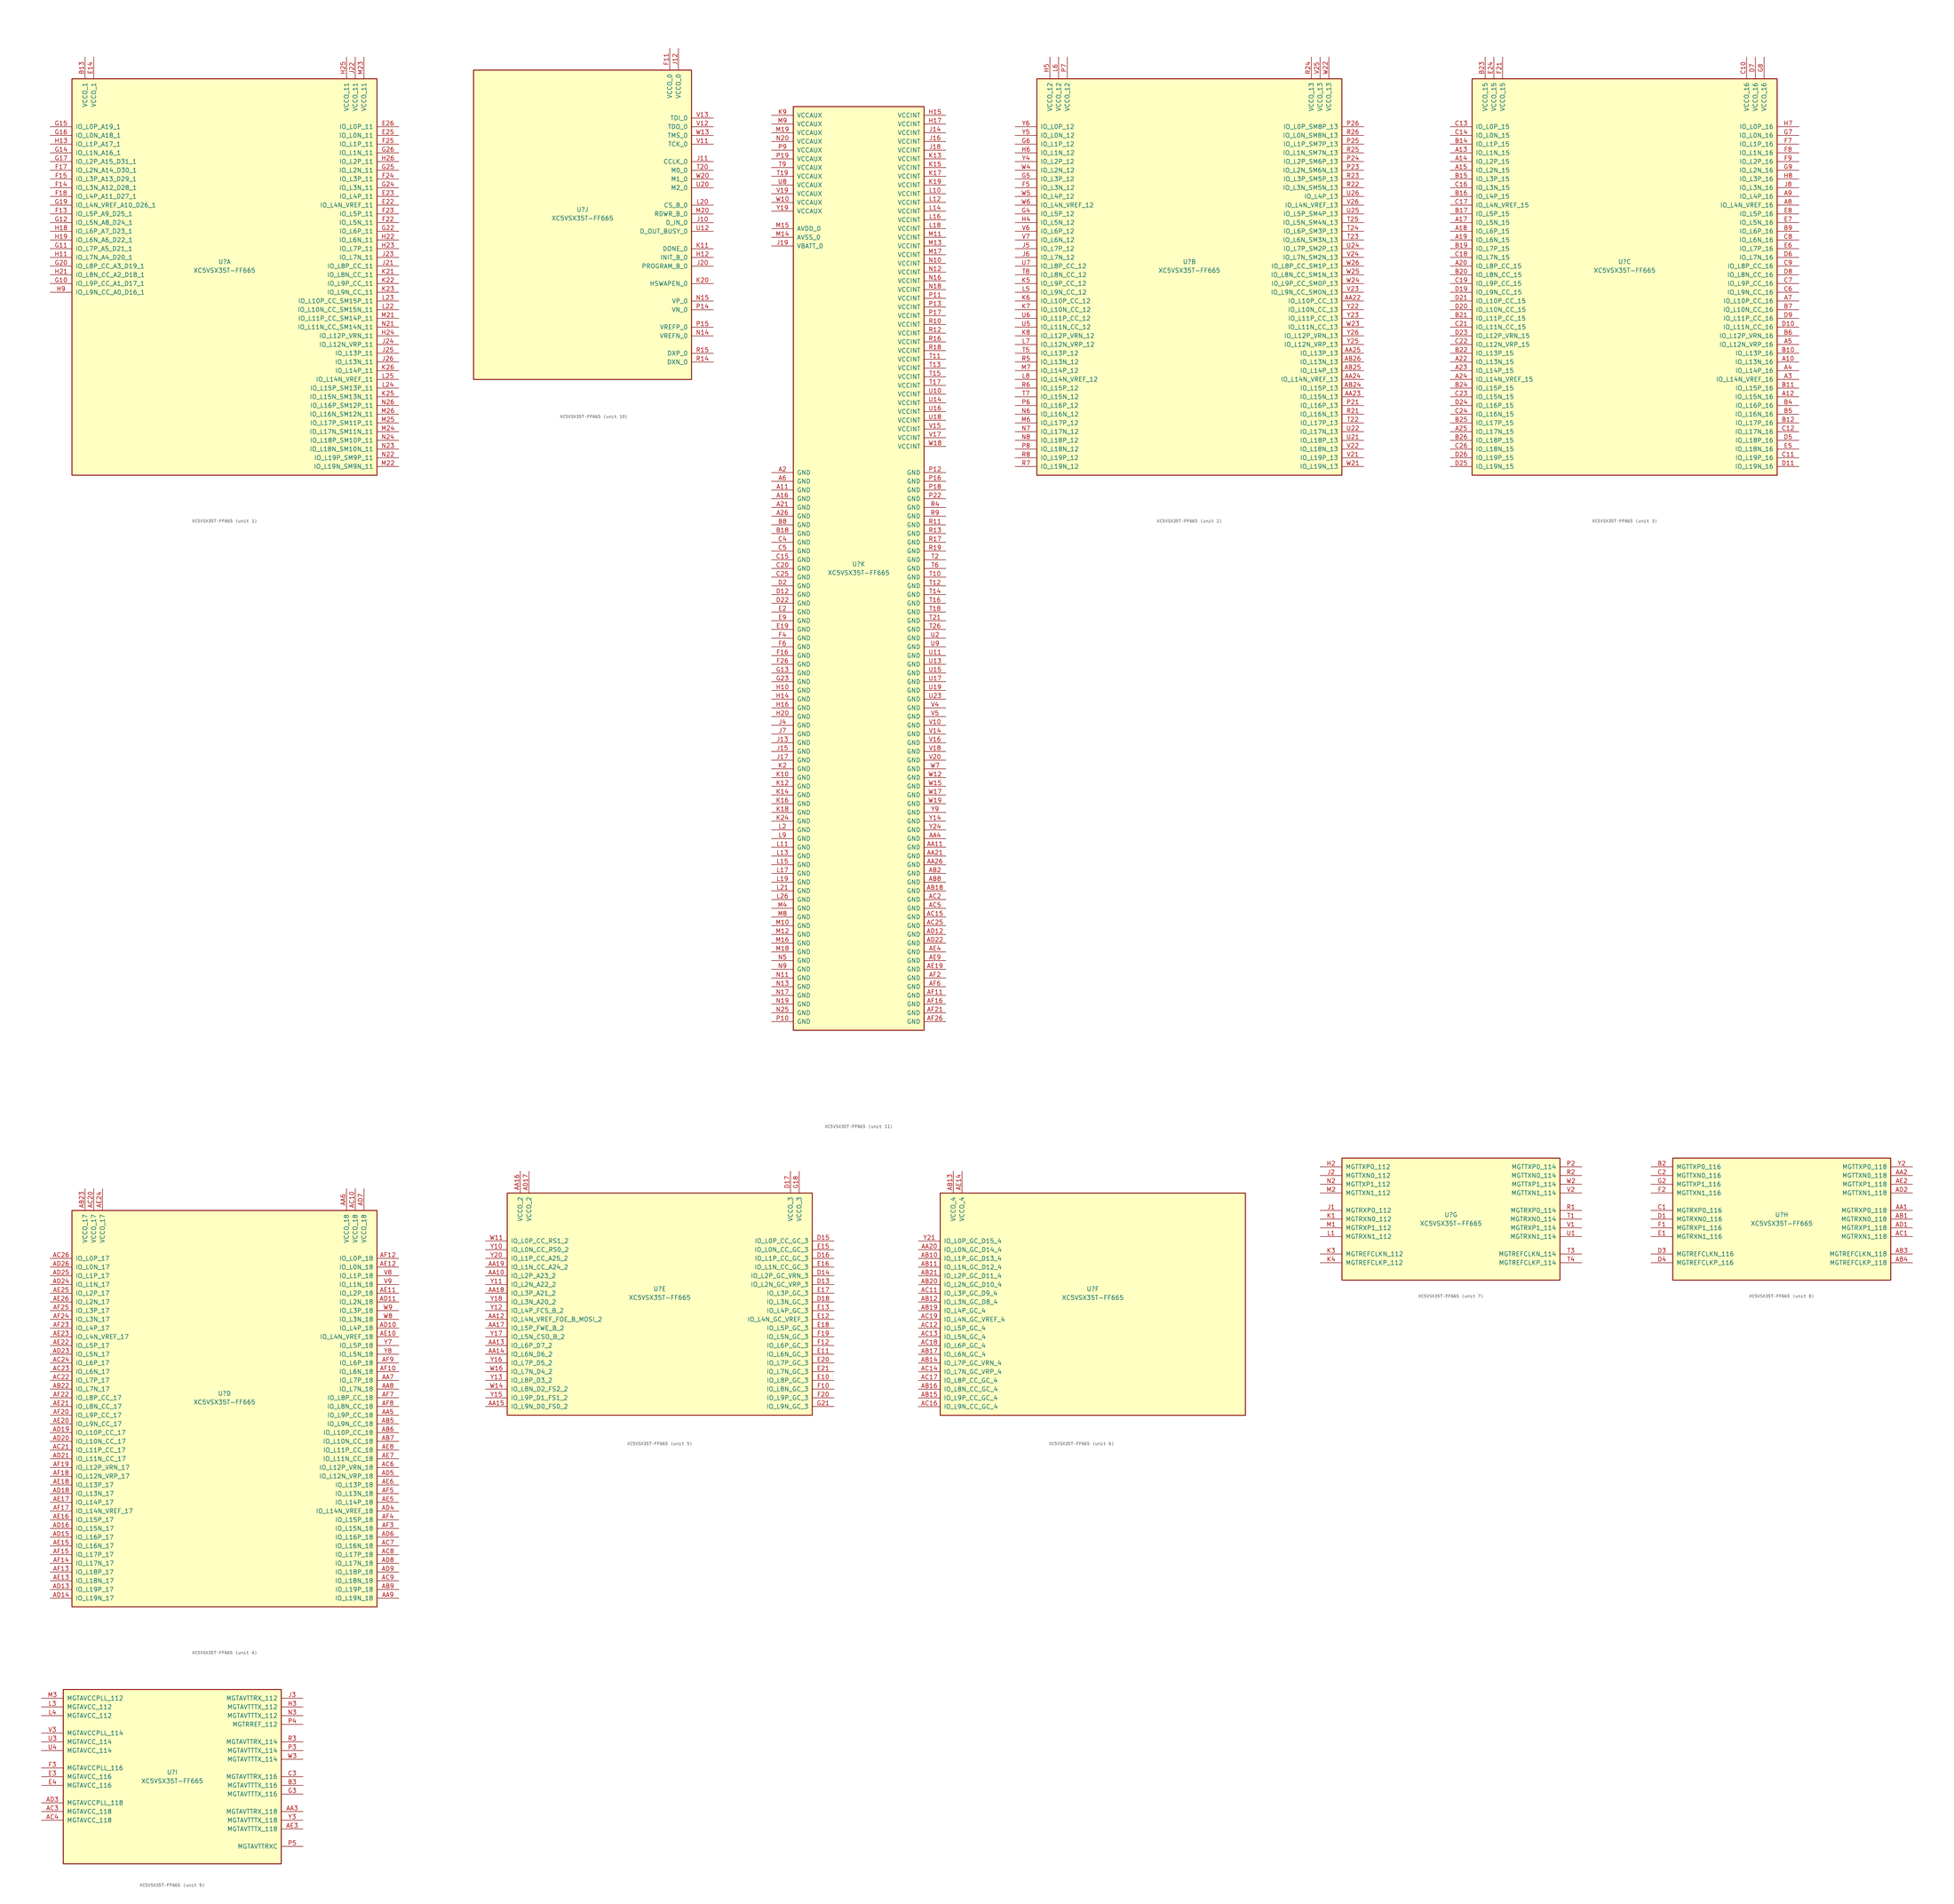
<source format=kicad_sym>
(kicad_symbol_lib
  (version 20211014)
  (generator kicad_symbol_editor)
  (symbol "XC5VSX35T-FF665"
    (pin_names
      (offset 1.016))
    (property "Reference" "U"
      (at 0 1.27 0)
      (effects (font (size 1.27 1.27))))
    (property "Value" "XC5VSX35T-FF665"
      (at 0 -1.27 0)
      (effects (font (size 1.27 1.27))))
    (property "Datasheet" ""
      (at 0 0 0)
      (effects (font (size 1.27 1.27))))
    (property "ki_locked" ""
      (at 0 0 0)
      (effects (font (size 1.27 1.27))))
    (symbol "XC5VSX35T-FF665_1_1"
      (rectangle (start -44.45 54.61) (end 44.45 -60.96) (stroke (width 0.254) (type default) (color 0 0 0 0)) (fill (type background)))
      (pin power_in line (at -40.64 60.96 270) (length 6.35) (name "VCCO_1" (effects (font (size 1.27 1.27)))) (number "B13" (effects (font (size 1.27 1.27)))))
      (pin power_in line (at -38.1 60.96 270) (length 6.35) (name "VCCO_1" (effects (font (size 1.27 1.27)))) (number "E14" (effects (font (size 1.27 1.27)))))
      (pin bidirectional line (at 50.8 17.78 180) (length 6.35) (name "IO_L4N_VREF_11" (effects (font (size 1.27 1.27)))) (number "E22" (effects (font (size 1.27 1.27)))))
      (pin bidirectional line (at 50.8 20.32 180) (length 6.35) (name "IO_L4P_11" (effects (font (size 1.27 1.27)))) (number "E23" (effects (font (size 1.27 1.27)))))
      (pin bidirectional line (at 50.8 38.1 180) (length 6.35) (name "IO_L0N_11" (effects (font (size 1.27 1.27)))) (number "E25" (effects (font (size 1.27 1.27)))))
      (pin bidirectional line (at 50.8 40.64 180) (length 6.35) (name "IO_L0P_11" (effects (font (size 1.27 1.27)))) (number "E26" (effects (font (size 1.27 1.27)))))
      (pin bidirectional line (at -50.8 15.24 0) (length 6.35) (name "IO_L5P_A9_D25_1" (effects (font (size 1.27 1.27)))) (number "F13" (effects (font (size 1.27 1.27)))))
      (pin bidirectional line (at -50.8 22.86 0) (length 6.35) (name "IO_L3N_A12_D28_1" (effects (font (size 1.27 1.27)))) (number "F14" (effects (font (size 1.27 1.27)))))
      (pin bidirectional line (at -50.8 25.4 0) (length 6.35) (name "IO_L3P_A13_D29_1" (effects (font (size 1.27 1.27)))) (number "F15" (effects (font (size 1.27 1.27)))))
      (pin bidirectional line (at -50.8 27.94 0) (length 6.35) (name "IO_L2N_A14_D30_1" (effects (font (size 1.27 1.27)))) (number "F17" (effects (font (size 1.27 1.27)))))
      (pin bidirectional line (at -50.8 20.32 0) (length 6.35) (name "IO_L4P_A11_D27_1" (effects (font (size 1.27 1.27)))) (number "F18" (effects (font (size 1.27 1.27)))))
      (pin bidirectional line (at 50.8 12.7 180) (length 6.35) (name "IO_L5N_11" (effects (font (size 1.27 1.27)))) (number "F22" (effects (font (size 1.27 1.27)))))
      (pin bidirectional line (at 50.8 15.24 180) (length 6.35) (name "IO_L5P_11" (effects (font (size 1.27 1.27)))) (number "F23" (effects (font (size 1.27 1.27)))))
      (pin bidirectional line (at 50.8 25.4 180) (length 6.35) (name "IO_L3P_11" (effects (font (size 1.27 1.27)))) (number "F24" (effects (font (size 1.27 1.27)))))
      (pin bidirectional line (at 50.8 35.56 180) (length 6.35) (name "IO_L1P_11" (effects (font (size 1.27 1.27)))) (number "F25" (effects (font (size 1.27 1.27)))))
      (pin bidirectional line (at -50.8 -5.08 0) (length 6.35) (name "IO_L9P_CC_A1_D17_1" (effects (font (size 1.27 1.27)))) (number "G10" (effects (font (size 1.27 1.27)))))
      (pin bidirectional line (at -50.8 5.08 0) (length 6.35) (name "IO_L7P_A5_D21_1" (effects (font (size 1.27 1.27)))) (number "G11" (effects (font (size 1.27 1.27)))))
      (pin bidirectional line (at -50.8 12.7 0) (length 6.35) (name "IO_L5N_A8_D24_1" (effects (font (size 1.27 1.27)))) (number "G12" (effects (font (size 1.27 1.27)))))
      (pin bidirectional line (at -50.8 33.02 0) (length 6.35) (name "IO_L1N_A16_1" (effects (font (size 1.27 1.27)))) (number "G14" (effects (font (size 1.27 1.27)))))
      (pin bidirectional line (at -50.8 40.64 0) (length 6.35) (name "IO_L0P_A19_1" (effects (font (size 1.27 1.27)))) (number "G15" (effects (font (size 1.27 1.27)))))
      (pin bidirectional line (at -50.8 38.1 0) (length 6.35) (name "IO_L0N_A18_1" (effects (font (size 1.27 1.27)))) (number "G16" (effects (font (size 1.27 1.27)))))
      (pin bidirectional line (at -50.8 30.48 0) (length 6.35) (name "IO_L2P_A15_D31_1" (effects (font (size 1.27 1.27)))) (number "G17" (effects (font (size 1.27 1.27)))))
      (pin bidirectional line (at -50.8 17.78 0) (length 6.35) (name "IO_L4N_VREF_A10_D26_1" (effects (font (size 1.27 1.27)))) (number "G19" (effects (font (size 1.27 1.27)))))
      (pin bidirectional line (at -50.8 0 0) (length 6.35) (name "IO_L8P_CC_A3_D19_1" (effects (font (size 1.27 1.27)))) (number "G20" (effects (font (size 1.27 1.27)))))
      (pin bidirectional line (at 50.8 10.16 180) (length 6.35) (name "IO_L6P_11" (effects (font (size 1.27 1.27)))) (number "G22" (effects (font (size 1.27 1.27)))))
      (pin bidirectional line (at 50.8 22.86 180) (length 6.35) (name "IO_L3N_11" (effects (font (size 1.27 1.27)))) (number "G24" (effects (font (size 1.27 1.27)))))
      (pin bidirectional line (at 50.8 27.94 180) (length 6.35) (name "IO_L2N_11" (effects (font (size 1.27 1.27)))) (number "G25" (effects (font (size 1.27 1.27)))))
      (pin bidirectional line (at 50.8 33.02 180) (length 6.35) (name "IO_L1N_11" (effects (font (size 1.27 1.27)))) (number "G26" (effects (font (size 1.27 1.27)))))
      (pin bidirectional line (at -50.8 2.54 0) (length 6.35) (name "IO_L7N_A4_D20_1" (effects (font (size 1.27 1.27)))) (number "H11" (effects (font (size 1.27 1.27)))))
      (pin bidirectional line (at -50.8 35.56 0) (length 6.35) (name "IO_L1P_A17_1" (effects (font (size 1.27 1.27)))) (number "H13" (effects (font (size 1.27 1.27)))))
      (pin bidirectional line (at -50.8 10.16 0) (length 6.35) (name "IO_L6P_A7_D23_1" (effects (font (size 1.27 1.27)))) (number "H18" (effects (font (size 1.27 1.27)))))
      (pin bidirectional line (at -50.8 7.62 0) (length 6.35) (name "IO_L6N_A6_D22_1" (effects (font (size 1.27 1.27)))) (number "H19" (effects (font (size 1.27 1.27)))))
      (pin bidirectional line (at -50.8 -2.54 0) (length 6.35) (name "IO_L8N_CC_A2_D18_1" (effects (font (size 1.27 1.27)))) (number "H21" (effects (font (size 1.27 1.27)))))
      (pin bidirectional line (at 50.8 7.62 180) (length 6.35) (name "IO_L6N_11" (effects (font (size 1.27 1.27)))) (number "H22" (effects (font (size 1.27 1.27)))))
      (pin bidirectional line (at 50.8 5.08 180) (length 6.35) (name "IO_L7P_11" (effects (font (size 1.27 1.27)))) (number "H23" (effects (font (size 1.27 1.27)))))
      (pin bidirectional line (at 50.8 -20.32 180) (length 6.35) (name "IO_L12P_VRN_11" (effects (font (size 1.27 1.27)))) (number "H24" (effects (font (size 1.27 1.27)))))
      (pin power_in line (at 35.56 60.96 270) (length 6.35) (name "VCCO_11" (effects (font (size 1.27 1.27)))) (number "H25" (effects (font (size 1.27 1.27)))))
      (pin bidirectional line (at 50.8 30.48 180) (length 6.35) (name "IO_L2P_11" (effects (font (size 1.27 1.27)))) (number "H26" (effects (font (size 1.27 1.27)))))
      (pin bidirectional line (at -50.8 -7.62 0) (length 6.35) (name "IO_L9N_CC_A0_D16_1" (effects (font (size 1.27 1.27)))) (number "H9" (effects (font (size 1.27 1.27)))))
      (pin bidirectional line (at 50.8 0 180) (length 6.35) (name "IO_L8P_CC_11" (effects (font (size 1.27 1.27)))) (number "J21" (effects (font (size 1.27 1.27)))))
      (pin power_in line (at 38.1 60.96 270) (length 6.35) (name "VCCO_11" (effects (font (size 1.27 1.27)))) (number "J22" (effects (font (size 1.27 1.27)))))
      (pin bidirectional line (at 50.8 2.54 180) (length 6.35) (name "IO_L7N_11" (effects (font (size 1.27 1.27)))) (number "J23" (effects (font (size 1.27 1.27)))))
      (pin bidirectional line (at 50.8 -22.86 180) (length 6.35) (name "IO_L12N_VRP_11" (effects (font (size 1.27 1.27)))) (number "J24" (effects (font (size 1.27 1.27)))))
      (pin bidirectional line (at 50.8 -25.4 180) (length 6.35) (name "IO_L13P_11" (effects (font (size 1.27 1.27)))) (number "J25" (effects (font (size 1.27 1.27)))))
      (pin bidirectional line (at 50.8 -27.94 180) (length 6.35) (name "IO_L13N_11" (effects (font (size 1.27 1.27)))) (number "J26" (effects (font (size 1.27 1.27)))))
      (pin bidirectional line (at 50.8 -2.54 180) (length 6.35) (name "IO_L8N_CC_11" (effects (font (size 1.27 1.27)))) (number "K21" (effects (font (size 1.27 1.27)))))
      (pin bidirectional line (at 50.8 -5.08 180) (length 6.35) (name "IO_L9P_CC_11" (effects (font (size 1.27 1.27)))) (number "K22" (effects (font (size 1.27 1.27)))))
      (pin bidirectional line (at 50.8 -7.62 180) (length 6.35) (name "IO_L9N_CC_11" (effects (font (size 1.27 1.27)))) (number "K23" (effects (font (size 1.27 1.27)))))
      (pin bidirectional line (at 50.8 -38.1 180) (length 6.35) (name "IO_L15N_SM13N_11" (effects (font (size 1.27 1.27)))) (number "K25" (effects (font (size 1.27 1.27)))))
      (pin bidirectional line (at 50.8 -30.48 180) (length 6.35) (name "IO_L14P_11" (effects (font (size 1.27 1.27)))) (number "K26" (effects (font (size 1.27 1.27)))))
      (pin bidirectional line (at 50.8 -12.7 180) (length 6.35) (name "IO_L10N_CC_SM15N_11" (effects (font (size 1.27 1.27)))) (number "L22" (effects (font (size 1.27 1.27)))))
      (pin bidirectional line (at 50.8 -10.16 180) (length 6.35) (name "IO_L10P_CC_SM15P_11" (effects (font (size 1.27 1.27)))) (number "L23" (effects (font (size 1.27 1.27)))))
      (pin bidirectional line (at 50.8 -35.56 180) (length 6.35) (name "IO_L15P_SM13P_11" (effects (font (size 1.27 1.27)))) (number "L24" (effects (font (size 1.27 1.27)))))
      (pin bidirectional line (at 50.8 -33.02 180) (length 6.35) (name "IO_L14N_VREF_11" (effects (font (size 1.27 1.27)))) (number "L25" (effects (font (size 1.27 1.27)))))
      (pin bidirectional line (at 50.8 -15.24 180) (length 6.35) (name "IO_L11P_CC_SM14P_11" (effects (font (size 1.27 1.27)))) (number "M21" (effects (font (size 1.27 1.27)))))
      (pin bidirectional line (at 50.8 -58.42 180) (length 6.35) (name "IO_L19N_SM9N_11" (effects (font (size 1.27 1.27)))) (number "M22" (effects (font (size 1.27 1.27)))))
      (pin power_in line (at 40.64 60.96 270) (length 6.35) (name "VCCO_11" (effects (font (size 1.27 1.27)))) (number "M23" (effects (font (size 1.27 1.27)))))
      (pin bidirectional line (at 50.8 -48.26 180) (length 6.35) (name "IO_L17N_SM11N_11" (effects (font (size 1.27 1.27)))) (number "M24" (effects (font (size 1.27 1.27)))))
      (pin bidirectional line (at 50.8 -45.72 180) (length 6.35) (name "IO_L17P_SM11P_11" (effects (font (size 1.27 1.27)))) (number "M25" (effects (font (size 1.27 1.27)))))
      (pin bidirectional line (at 50.8 -43.18 180) (length 6.35) (name "IO_L16N_SM12N_11" (effects (font (size 1.27 1.27)))) (number "M26" (effects (font (size 1.27 1.27)))))
      (pin bidirectional line (at 50.8 -17.78 180) (length 6.35) (name "IO_L11N_CC_SM14N_11" (effects (font (size 1.27 1.27)))) (number "N21" (effects (font (size 1.27 1.27)))))
      (pin bidirectional line (at 50.8 -55.88 180) (length 6.35) (name "IO_L19P_SM9P_11" (effects (font (size 1.27 1.27)))) (number "N22" (effects (font (size 1.27 1.27)))))
      (pin bidirectional line (at 50.8 -53.34 180) (length 6.35) (name "IO_L18N_SM10N_11" (effects (font (size 1.27 1.27)))) (number "N23" (effects (font (size 1.27 1.27)))))
      (pin bidirectional line (at 50.8 -50.8 180) (length 6.35) (name "IO_L18P_SM10P_11" (effects (font (size 1.27 1.27)))) (number "N24" (effects (font (size 1.27 1.27)))))
      (pin bidirectional line (at 50.8 -40.64 180) (length 6.35) (name "IO_L16P_SM12P_11" (effects (font (size 1.27 1.27)))) (number "N26" (effects (font (size 1.27 1.27))))))
    (symbol "XC5VSX35T-FF665_2_1"
      (rectangle (start -44.45 54.61) (end 44.45 -60.96) (stroke (width 0.254) (type default) (color 0 0 0 0)) (fill (type background)))
      (pin bidirectional line (at 50.8 -10.16 180) (length 6.35) (name "IO_L10P_CC_13" (effects (font (size 1.27 1.27)))) (number "AA22" (effects (font (size 1.27 1.27)))))
      (pin bidirectional line (at 50.8 -38.1 180) (length 6.35) (name "IO_L15N_13" (effects (font (size 1.27 1.27)))) (number "AA23" (effects (font (size 1.27 1.27)))))
      (pin bidirectional line (at 50.8 -33.02 180) (length 6.35) (name "IO_L14N_VREF_13" (effects (font (size 1.27 1.27)))) (number "AA24" (effects (font (size 1.27 1.27)))))
      (pin bidirectional line (at 50.8 -25.4 180) (length 6.35) (name "IO_L13P_13" (effects (font (size 1.27 1.27)))) (number "AA25" (effects (font (size 1.27 1.27)))))
      (pin bidirectional line (at 50.8 -35.56 180) (length 6.35) (name "IO_L15P_13" (effects (font (size 1.27 1.27)))) (number "AB24" (effects (font (size 1.27 1.27)))))
      (pin bidirectional line (at 50.8 -30.48 180) (length 6.35) (name "IO_L14P_13" (effects (font (size 1.27 1.27)))) (number "AB25" (effects (font (size 1.27 1.27)))))
      (pin bidirectional line (at 50.8 -27.94 180) (length 6.35) (name "IO_L13N_13" (effects (font (size 1.27 1.27)))) (number "AB26" (effects (font (size 1.27 1.27)))))
      (pin bidirectional line (at -50.8 22.86 0) (length 6.35) (name "IO_L3N_12" (effects (font (size 1.27 1.27)))) (number "F5" (effects (font (size 1.27 1.27)))))
      (pin bidirectional line (at -50.8 15.24 0) (length 6.35) (name "IO_L5P_12" (effects (font (size 1.27 1.27)))) (number "G4" (effects (font (size 1.27 1.27)))))
      (pin bidirectional line (at -50.8 25.4 0) (length 6.35) (name "IO_L3P_12" (effects (font (size 1.27 1.27)))) (number "G5" (effects (font (size 1.27 1.27)))))
      (pin bidirectional line (at -50.8 35.56 0) (length 6.35) (name "IO_L1P_12" (effects (font (size 1.27 1.27)))) (number "G6" (effects (font (size 1.27 1.27)))))
      (pin bidirectional line (at -50.8 12.7 0) (length 6.35) (name "IO_L5N_12" (effects (font (size 1.27 1.27)))) (number "H4" (effects (font (size 1.27 1.27)))))
      (pin power_in line (at -40.64 60.96 270) (length 6.35) (name "VCCO_12" (effects (font (size 1.27 1.27)))) (number "H5" (effects (font (size 1.27 1.27)))))
      (pin bidirectional line (at -50.8 33.02 0) (length 6.35) (name "IO_L1N_12" (effects (font (size 1.27 1.27)))) (number "H6" (effects (font (size 1.27 1.27)))))
      (pin bidirectional line (at -50.8 5.08 0) (length 6.35) (name "IO_L7P_12" (effects (font (size 1.27 1.27)))) (number "J5" (effects (font (size 1.27 1.27)))))
      (pin bidirectional line (at -50.8 2.54 0) (length 6.35) (name "IO_L7N_12" (effects (font (size 1.27 1.27)))) (number "J6" (effects (font (size 1.27 1.27)))))
      (pin bidirectional line (at -50.8 -5.08 0) (length 6.35) (name "IO_L9P_CC_12" (effects (font (size 1.27 1.27)))) (number "K5" (effects (font (size 1.27 1.27)))))
      (pin bidirectional line (at -50.8 -10.16 0) (length 6.35) (name "IO_L10P_CC_12" (effects (font (size 1.27 1.27)))) (number "K6" (effects (font (size 1.27 1.27)))))
      (pin bidirectional line (at -50.8 -12.7 0) (length 6.35) (name "IO_L10N_CC_12" (effects (font (size 1.27 1.27)))) (number "K7" (effects (font (size 1.27 1.27)))))
      (pin bidirectional line (at -50.8 -20.32 0) (length 6.35) (name "IO_L12P_VRN_12" (effects (font (size 1.27 1.27)))) (number "K8" (effects (font (size 1.27 1.27)))))
      (pin bidirectional line (at -50.8 -7.62 0) (length 6.35) (name "IO_L9N_CC_12" (effects (font (size 1.27 1.27)))) (number "L5" (effects (font (size 1.27 1.27)))))
      (pin power_in line (at -38.1 60.96 270) (length 6.35) (name "VCCO_12" (effects (font (size 1.27 1.27)))) (number "L6" (effects (font (size 1.27 1.27)))))
      (pin bidirectional line (at -50.8 -22.86 0) (length 6.35) (name "IO_L12N_VRP_12" (effects (font (size 1.27 1.27)))) (number "L7" (effects (font (size 1.27 1.27)))))
      (pin bidirectional line (at -50.8 -33.02 0) (length 6.35) (name "IO_L14N_VREF_12" (effects (font (size 1.27 1.27)))) (number "L8" (effects (font (size 1.27 1.27)))))
      (pin bidirectional line (at -50.8 -45.72 0) (length 6.35) (name "IO_L17P_12" (effects (font (size 1.27 1.27)))) (number "M6" (effects (font (size 1.27 1.27)))))
      (pin bidirectional line (at -50.8 -30.48 0) (length 6.35) (name "IO_L14P_12" (effects (font (size 1.27 1.27)))) (number "M7" (effects (font (size 1.27 1.27)))))
      (pin bidirectional line (at -50.8 -43.18 0) (length 6.35) (name "IO_L16N_12" (effects (font (size 1.27 1.27)))) (number "N6" (effects (font (size 1.27 1.27)))))
      (pin bidirectional line (at -50.8 -48.26 0) (length 6.35) (name "IO_L17N_12" (effects (font (size 1.27 1.27)))) (number "N7" (effects (font (size 1.27 1.27)))))
      (pin bidirectional line (at -50.8 -50.8 0) (length 6.35) (name "IO_L18P_12" (effects (font (size 1.27 1.27)))) (number "N8" (effects (font (size 1.27 1.27)))))
      (pin bidirectional line (at 50.8 -40.64 180) (length 6.35) (name "IO_L16P_13" (effects (font (size 1.27 1.27)))) (number "P21" (effects (font (size 1.27 1.27)))))
      (pin bidirectional line (at 50.8 27.94 180) (length 6.35) (name "IO_L2N_SM6N_13" (effects (font (size 1.27 1.27)))) (number "P23" (effects (font (size 1.27 1.27)))))
      (pin bidirectional line (at 50.8 30.48 180) (length 6.35) (name "IO_L2P_SM6P_13" (effects (font (size 1.27 1.27)))) (number "P24" (effects (font (size 1.27 1.27)))))
      (pin bidirectional line (at 50.8 35.56 180) (length 6.35) (name "IO_L1P_SM7P_13" (effects (font (size 1.27 1.27)))) (number "P25" (effects (font (size 1.27 1.27)))))
      (pin bidirectional line (at 50.8 40.64 180) (length 6.35) (name "IO_L0P_SM8P_13" (effects (font (size 1.27 1.27)))) (number "P26" (effects (font (size 1.27 1.27)))))
      (pin bidirectional line (at -50.8 -40.64 0) (length 6.35) (name "IO_L16P_12" (effects (font (size 1.27 1.27)))) (number "P6" (effects (font (size 1.27 1.27)))))
      (pin power_in line (at -35.56 60.96 270) (length 6.35) (name "VCCO_12" (effects (font (size 1.27 1.27)))) (number "P7" (effects (font (size 1.27 1.27)))))
      (pin bidirectional line (at -50.8 -53.34 0) (length 6.35) (name "IO_L18N_12" (effects (font (size 1.27 1.27)))) (number "P8" (effects (font (size 1.27 1.27)))))
      (pin bidirectional line (at 50.8 -43.18 180) (length 6.35) (name "IO_L16N_13" (effects (font (size 1.27 1.27)))) (number "R21" (effects (font (size 1.27 1.27)))))
      (pin bidirectional line (at 50.8 22.86 180) (length 6.35) (name "IO_L3N_SM5N_13" (effects (font (size 1.27 1.27)))) (number "R22" (effects (font (size 1.27 1.27)))))
      (pin bidirectional line (at 50.8 25.4 180) (length 6.35) (name "IO_L3P_SM5P_13" (effects (font (size 1.27 1.27)))) (number "R23" (effects (font (size 1.27 1.27)))))
      (pin power_in line (at 35.56 60.96 270) (length 6.35) (name "VCCO_13" (effects (font (size 1.27 1.27)))) (number "R24" (effects (font (size 1.27 1.27)))))
      (pin bidirectional line (at 50.8 33.02 180) (length 6.35) (name "IO_L1N_SM7N_13" (effects (font (size 1.27 1.27)))) (number "R25" (effects (font (size 1.27 1.27)))))
      (pin bidirectional line (at 50.8 38.1 180) (length 6.35) (name "IO_L0N_SM8N_13" (effects (font (size 1.27 1.27)))) (number "R26" (effects (font (size 1.27 1.27)))))
      (pin bidirectional line (at -50.8 -27.94 0) (length 6.35) (name "IO_L13N_12" (effects (font (size 1.27 1.27)))) (number "R5" (effects (font (size 1.27 1.27)))))
      (pin bidirectional line (at -50.8 -35.56 0) (length 6.35) (name "IO_L15P_12" (effects (font (size 1.27 1.27)))) (number "R6" (effects (font (size 1.27 1.27)))))
      (pin bidirectional line (at -50.8 -58.42 0) (length 6.35) (name "IO_L19N_12" (effects (font (size 1.27 1.27)))) (number "R7" (effects (font (size 1.27 1.27)))))
      (pin bidirectional line (at -50.8 -55.88 0) (length 6.35) (name "IO_L19P_12" (effects (font (size 1.27 1.27)))) (number "R8" (effects (font (size 1.27 1.27)))))
      (pin bidirectional line (at 50.8 -45.72 180) (length 6.35) (name "IO_L17P_13" (effects (font (size 1.27 1.27)))) (number "T22" (effects (font (size 1.27 1.27)))))
      (pin bidirectional line (at 50.8 7.62 180) (length 6.35) (name "IO_L6N_SM3N_13" (effects (font (size 1.27 1.27)))) (number "T23" (effects (font (size 1.27 1.27)))))
      (pin bidirectional line (at 50.8 10.16 180) (length 6.35) (name "IO_L6P_SM3P_13" (effects (font (size 1.27 1.27)))) (number "T24" (effects (font (size 1.27 1.27)))))
      (pin bidirectional line (at 50.8 12.7 180) (length 6.35) (name "IO_L5N_SM4N_13" (effects (font (size 1.27 1.27)))) (number "T25" (effects (font (size 1.27 1.27)))))
      (pin bidirectional line (at -50.8 -25.4 0) (length 6.35) (name "IO_L13P_12" (effects (font (size 1.27 1.27)))) (number "T5" (effects (font (size 1.27 1.27)))))
      (pin bidirectional line (at -50.8 -38.1 0) (length 6.35) (name "IO_L15N_12" (effects (font (size 1.27 1.27)))) (number "T7" (effects (font (size 1.27 1.27)))))
      (pin bidirectional line (at -50.8 -2.54 0) (length 6.35) (name "IO_L8N_CC_12" (effects (font (size 1.27 1.27)))) (number "T8" (effects (font (size 1.27 1.27)))))
      (pin bidirectional line (at 50.8 -50.8 180) (length 6.35) (name "IO_L18P_13" (effects (font (size 1.27 1.27)))) (number "U21" (effects (font (size 1.27 1.27)))))
      (pin bidirectional line (at 50.8 -48.26 180) (length 6.35) (name "IO_L17N_13" (effects (font (size 1.27 1.27)))) (number "U22" (effects (font (size 1.27 1.27)))))
      (pin bidirectional line (at 50.8 5.08 180) (length 6.35) (name "IO_L7P_SM2P_13" (effects (font (size 1.27 1.27)))) (number "U24" (effects (font (size 1.27 1.27)))))
      (pin bidirectional line (at 50.8 15.24 180) (length 6.35) (name "IO_L5P_SM4P_13" (effects (font (size 1.27 1.27)))) (number "U25" (effects (font (size 1.27 1.27)))))
      (pin bidirectional line (at 50.8 20.32 180) (length 6.35) (name "IO_L4P_13" (effects (font (size 1.27 1.27)))) (number "U26" (effects (font (size 1.27 1.27)))))
      (pin bidirectional line (at -50.8 -17.78 0) (length 6.35) (name "IO_L11N_CC_12" (effects (font (size 1.27 1.27)))) (number "U5" (effects (font (size 1.27 1.27)))))
      (pin bidirectional line (at -50.8 -15.24 0) (length 6.35) (name "IO_L11P_CC_12" (effects (font (size 1.27 1.27)))) (number "U6" (effects (font (size 1.27 1.27)))))
      (pin bidirectional line (at -50.8 0 0) (length 6.35) (name "IO_L8P_CC_12" (effects (font (size 1.27 1.27)))) (number "U7" (effects (font (size 1.27 1.27)))))
      (pin bidirectional line (at 50.8 -55.88 180) (length 6.35) (name "IO_L19P_13" (effects (font (size 1.27 1.27)))) (number "V21" (effects (font (size 1.27 1.27)))))
      (pin bidirectional line (at 50.8 -53.34 180) (length 6.35) (name "IO_L18N_13" (effects (font (size 1.27 1.27)))) (number "V22" (effects (font (size 1.27 1.27)))))
      (pin bidirectional line (at 50.8 -7.62 180) (length 6.35) (name "IO_L9N_CC_SM0N_13" (effects (font (size 1.27 1.27)))) (number "V23" (effects (font (size 1.27 1.27)))))
      (pin bidirectional line (at 50.8 2.54 180) (length 6.35) (name "IO_L7N_SM2N_13" (effects (font (size 1.27 1.27)))) (number "V24" (effects (font (size 1.27 1.27)))))
      (pin power_in line (at 38.1 60.96 270) (length 6.35) (name "VCCO_13" (effects (font (size 1.27 1.27)))) (number "V25" (effects (font (size 1.27 1.27)))))
      (pin bidirectional line (at 50.8 17.78 180) (length 6.35) (name "IO_L4N_VREF_13" (effects (font (size 1.27 1.27)))) (number "V26" (effects (font (size 1.27 1.27)))))
      (pin bidirectional line (at -50.8 10.16 0) (length 6.35) (name "IO_L6P_12" (effects (font (size 1.27 1.27)))) (number "V6" (effects (font (size 1.27 1.27)))))
      (pin bidirectional line (at -50.8 7.62 0) (length 6.35) (name "IO_L6N_12" (effects (font (size 1.27 1.27)))) (number "V7" (effects (font (size 1.27 1.27)))))
      (pin bidirectional line (at 50.8 -58.42 180) (length 6.35) (name "IO_L19N_13" (effects (font (size 1.27 1.27)))) (number "W21" (effects (font (size 1.27 1.27)))))
      (pin power_in line (at 40.64 60.96 270) (length 6.35) (name "VCCO_13" (effects (font (size 1.27 1.27)))) (number "W22" (effects (font (size 1.27 1.27)))))
      (pin bidirectional line (at 50.8 -17.78 180) (length 6.35) (name "IO_L11N_CC_13" (effects (font (size 1.27 1.27)))) (number "W23" (effects (font (size 1.27 1.27)))))
      (pin bidirectional line (at 50.8 -5.08 180) (length 6.35) (name "IO_L9P_CC_SM0P_13" (effects (font (size 1.27 1.27)))) (number "W24" (effects (font (size 1.27 1.27)))))
      (pin bidirectional line (at 50.8 -2.54 180) (length 6.35) (name "IO_L8N_CC_SM1N_13" (effects (font (size 1.27 1.27)))) (number "W25" (effects (font (size 1.27 1.27)))))
      (pin bidirectional line (at 50.8 0 180) (length 6.35) (name "IO_L8P_CC_SM1P_13" (effects (font (size 1.27 1.27)))) (number "W26" (effects (font (size 1.27 1.27)))))
      (pin bidirectional line (at -50.8 27.94 0) (length 6.35) (name "IO_L2N_12" (effects (font (size 1.27 1.27)))) (number "W4" (effects (font (size 1.27 1.27)))))
      (pin bidirectional line (at -50.8 20.32 0) (length 6.35) (name "IO_L4P_12" (effects (font (size 1.27 1.27)))) (number "W5" (effects (font (size 1.27 1.27)))))
      (pin bidirectional line (at -50.8 17.78 0) (length 6.35) (name "IO_L4N_VREF_12" (effects (font (size 1.27 1.27)))) (number "W6" (effects (font (size 1.27 1.27)))))
      (pin bidirectional line (at 50.8 -12.7 180) (length 6.35) (name "IO_L10N_CC_13" (effects (font (size 1.27 1.27)))) (number "Y22" (effects (font (size 1.27 1.27)))))
      (pin bidirectional line (at 50.8 -15.24 180) (length 6.35) (name "IO_L11P_CC_13" (effects (font (size 1.27 1.27)))) (number "Y23" (effects (font (size 1.27 1.27)))))
      (pin bidirectional line (at 50.8 -22.86 180) (length 6.35) (name "IO_L12N_VRP_13" (effects (font (size 1.27 1.27)))) (number "Y25" (effects (font (size 1.27 1.27)))))
      (pin bidirectional line (at 50.8 -20.32 180) (length 6.35) (name "IO_L12P_VRN_13" (effects (font (size 1.27 1.27)))) (number "Y26" (effects (font (size 1.27 1.27)))))
      (pin bidirectional line (at -50.8 30.48 0) (length 6.35) (name "IO_L2P_12" (effects (font (size 1.27 1.27)))) (number "Y4" (effects (font (size 1.27 1.27)))))
      (pin bidirectional line (at -50.8 38.1 0) (length 6.35) (name "IO_L0N_12" (effects (font (size 1.27 1.27)))) (number "Y5" (effects (font (size 1.27 1.27)))))
      (pin bidirectional line (at -50.8 40.64 0) (length 6.35) (name "IO_L0P_12" (effects (font (size 1.27 1.27)))) (number "Y6" (effects (font (size 1.27 1.27))))))
    (symbol "XC5VSX35T-FF665_3_1"
      (rectangle (start -44.45 54.61) (end 44.45 -60.96) (stroke (width 0.254) (type default) (color 0 0 0 0)) (fill (type background)))
      (pin bidirectional line (at 50.8 -27.94 180) (length 6.35) (name "IO_L13N_16" (effects (font (size 1.27 1.27)))) (number "A10" (effects (font (size 1.27 1.27)))))
      (pin bidirectional line (at 50.8 -38.1 180) (length 6.35) (name "IO_L15N_16" (effects (font (size 1.27 1.27)))) (number "A12" (effects (font (size 1.27 1.27)))))
      (pin bidirectional line (at -50.8 33.02 0) (length 6.35) (name "IO_L1N_15" (effects (font (size 1.27 1.27)))) (number "A13" (effects (font (size 1.27 1.27)))))
      (pin bidirectional line (at -50.8 30.48 0) (length 6.35) (name "IO_L2P_15" (effects (font (size 1.27 1.27)))) (number "A14" (effects (font (size 1.27 1.27)))))
      (pin bidirectional line (at -50.8 27.94 0) (length 6.35) (name "IO_L2N_15" (effects (font (size 1.27 1.27)))) (number "A15" (effects (font (size 1.27 1.27)))))
      (pin bidirectional line (at -50.8 12.7 0) (length 6.35) (name "IO_L5N_15" (effects (font (size 1.27 1.27)))) (number "A17" (effects (font (size 1.27 1.27)))))
      (pin bidirectional line (at -50.8 10.16 0) (length 6.35) (name "IO_L6P_15" (effects (font (size 1.27 1.27)))) (number "A18" (effects (font (size 1.27 1.27)))))
      (pin bidirectional line (at -50.8 7.62 0) (length 6.35) (name "IO_L6N_15" (effects (font (size 1.27 1.27)))) (number "A19" (effects (font (size 1.27 1.27)))))
      (pin bidirectional line (at -50.8 0 0) (length 6.35) (name "IO_L8P_CC_15" (effects (font (size 1.27 1.27)))) (number "A20" (effects (font (size 1.27 1.27)))))
      (pin bidirectional line (at -50.8 -27.94 0) (length 6.35) (name "IO_L13N_15" (effects (font (size 1.27 1.27)))) (number "A22" (effects (font (size 1.27 1.27)))))
      (pin bidirectional line (at -50.8 -30.48 0) (length 6.35) (name "IO_L14P_15" (effects (font (size 1.27 1.27)))) (number "A23" (effects (font (size 1.27 1.27)))))
      (pin bidirectional line (at -50.8 -33.02 0) (length 6.35) (name "IO_L14N_VREF_15" (effects (font (size 1.27 1.27)))) (number "A24" (effects (font (size 1.27 1.27)))))
      (pin bidirectional line (at -50.8 -48.26 0) (length 6.35) (name "IO_L17N_15" (effects (font (size 1.27 1.27)))) (number "A25" (effects (font (size 1.27 1.27)))))
      (pin bidirectional line (at 50.8 -33.02 180) (length 6.35) (name "IO_L14N_VREF_16" (effects (font (size 1.27 1.27)))) (number "A3" (effects (font (size 1.27 1.27)))))
      (pin bidirectional line (at 50.8 -30.48 180) (length 6.35) (name "IO_L14P_16" (effects (font (size 1.27 1.27)))) (number "A4" (effects (font (size 1.27 1.27)))))
      (pin bidirectional line (at 50.8 -22.86 180) (length 6.35) (name "IO_L12N_VRP_16" (effects (font (size 1.27 1.27)))) (number "A5" (effects (font (size 1.27 1.27)))))
      (pin bidirectional line (at 50.8 -10.16 180) (length 6.35) (name "IO_L10P_CC_16" (effects (font (size 1.27 1.27)))) (number "A7" (effects (font (size 1.27 1.27)))))
      (pin bidirectional line (at 50.8 17.78 180) (length 6.35) (name "IO_L4N_VREF_16" (effects (font (size 1.27 1.27)))) (number "A8" (effects (font (size 1.27 1.27)))))
      (pin bidirectional line (at 50.8 20.32 180) (length 6.35) (name "IO_L4P_16" (effects (font (size 1.27 1.27)))) (number "A9" (effects (font (size 1.27 1.27)))))
      (pin bidirectional line (at 50.8 -25.4 180) (length 6.35) (name "IO_L13P_16" (effects (font (size 1.27 1.27)))) (number "B10" (effects (font (size 1.27 1.27)))))
      (pin bidirectional line (at 50.8 -35.56 180) (length 6.35) (name "IO_L15P_16" (effects (font (size 1.27 1.27)))) (number "B11" (effects (font (size 1.27 1.27)))))
      (pin bidirectional line (at 50.8 -45.72 180) (length 6.35) (name "IO_L17P_16" (effects (font (size 1.27 1.27)))) (number "B12" (effects (font (size 1.27 1.27)))))
      (pin bidirectional line (at -50.8 35.56 0) (length 6.35) (name "IO_L1P_15" (effects (font (size 1.27 1.27)))) (number "B14" (effects (font (size 1.27 1.27)))))
      (pin bidirectional line (at -50.8 25.4 0) (length 6.35) (name "IO_L3P_15" (effects (font (size 1.27 1.27)))) (number "B15" (effects (font (size 1.27 1.27)))))
      (pin bidirectional line (at -50.8 20.32 0) (length 6.35) (name "IO_L4P_15" (effects (font (size 1.27 1.27)))) (number "B16" (effects (font (size 1.27 1.27)))))
      (pin bidirectional line (at -50.8 15.24 0) (length 6.35) (name "IO_L5P_15" (effects (font (size 1.27 1.27)))) (number "B17" (effects (font (size 1.27 1.27)))))
      (pin bidirectional line (at -50.8 5.08 0) (length 6.35) (name "IO_L7P_15" (effects (font (size 1.27 1.27)))) (number "B19" (effects (font (size 1.27 1.27)))))
      (pin bidirectional line (at -50.8 -2.54 0) (length 6.35) (name "IO_L8N_CC_15" (effects (font (size 1.27 1.27)))) (number "B20" (effects (font (size 1.27 1.27)))))
      (pin bidirectional line (at -50.8 -15.24 0) (length 6.35) (name "IO_L11P_CC_15" (effects (font (size 1.27 1.27)))) (number "B21" (effects (font (size 1.27 1.27)))))
      (pin bidirectional line (at -50.8 -25.4 0) (length 6.35) (name "IO_L13P_15" (effects (font (size 1.27 1.27)))) (number "B22" (effects (font (size 1.27 1.27)))))
      (pin power_in line (at -40.64 60.96 270) (length 6.35) (name "VCCO_15" (effects (font (size 1.27 1.27)))) (number "B23" (effects (font (size 1.27 1.27)))))
      (pin bidirectional line (at -50.8 -35.56 0) (length 6.35) (name "IO_L15P_15" (effects (font (size 1.27 1.27)))) (number "B24" (effects (font (size 1.27 1.27)))))
      (pin bidirectional line (at -50.8 -45.72 0) (length 6.35) (name "IO_L17P_15" (effects (font (size 1.27 1.27)))) (number "B25" (effects (font (size 1.27 1.27)))))
      (pin bidirectional line (at -50.8 -50.8 0) (length 6.35) (name "IO_L18P_15" (effects (font (size 1.27 1.27)))) (number "B26" (effects (font (size 1.27 1.27)))))
      (pin bidirectional line (at 50.8 -40.64 180) (length 6.35) (name "IO_L16P_16" (effects (font (size 1.27 1.27)))) (number "B4" (effects (font (size 1.27 1.27)))))
      (pin bidirectional line (at 50.8 -43.18 180) (length 6.35) (name "IO_L16N_16" (effects (font (size 1.27 1.27)))) (number "B5" (effects (font (size 1.27 1.27)))))
      (pin bidirectional line (at 50.8 -20.32 180) (length 6.35) (name "IO_L12P_VRN_16" (effects (font (size 1.27 1.27)))) (number "B6" (effects (font (size 1.27 1.27)))))
      (pin bidirectional line (at 50.8 -12.7 180) (length 6.35) (name "IO_L10N_CC_16" (effects (font (size 1.27 1.27)))) (number "B7" (effects (font (size 1.27 1.27)))))
      (pin bidirectional line (at 50.8 10.16 180) (length 6.35) (name "IO_L6P_16" (effects (font (size 1.27 1.27)))) (number "B9" (effects (font (size 1.27 1.27)))))
      (pin power_in line (at 35.56 60.96 270) (length 6.35) (name "VCCO_16" (effects (font (size 1.27 1.27)))) (number "C10" (effects (font (size 1.27 1.27)))))
      (pin bidirectional line (at 50.8 -55.88 180) (length 6.35) (name "IO_L19P_16" (effects (font (size 1.27 1.27)))) (number "C11" (effects (font (size 1.27 1.27)))))
      (pin bidirectional line (at 50.8 -48.26 180) (length 6.35) (name "IO_L17N_16" (effects (font (size 1.27 1.27)))) (number "C12" (effects (font (size 1.27 1.27)))))
      (pin bidirectional line (at -50.8 40.64 0) (length 6.35) (name "IO_L0P_15" (effects (font (size 1.27 1.27)))) (number "C13" (effects (font (size 1.27 1.27)))))
      (pin bidirectional line (at -50.8 38.1 0) (length 6.35) (name "IO_L0N_15" (effects (font (size 1.27 1.27)))) (number "C14" (effects (font (size 1.27 1.27)))))
      (pin bidirectional line (at -50.8 22.86 0) (length 6.35) (name "IO_L3N_15" (effects (font (size 1.27 1.27)))) (number "C16" (effects (font (size 1.27 1.27)))))
      (pin bidirectional line (at -50.8 17.78 0) (length 6.35) (name "IO_L4N_VREF_15" (effects (font (size 1.27 1.27)))) (number "C17" (effects (font (size 1.27 1.27)))))
      (pin bidirectional line (at -50.8 2.54 0) (length 6.35) (name "IO_L7N_15" (effects (font (size 1.27 1.27)))) (number "C18" (effects (font (size 1.27 1.27)))))
      (pin bidirectional line (at -50.8 -5.08 0) (length 6.35) (name "IO_L9P_CC_15" (effects (font (size 1.27 1.27)))) (number "C19" (effects (font (size 1.27 1.27)))))
      (pin bidirectional line (at -50.8 -17.78 0) (length 6.35) (name "IO_L11N_CC_15" (effects (font (size 1.27 1.27)))) (number "C21" (effects (font (size 1.27 1.27)))))
      (pin bidirectional line (at -50.8 -22.86 0) (length 6.35) (name "IO_L12N_VRP_15" (effects (font (size 1.27 1.27)))) (number "C22" (effects (font (size 1.27 1.27)))))
      (pin bidirectional line (at -50.8 -38.1 0) (length 6.35) (name "IO_L15N_15" (effects (font (size 1.27 1.27)))) (number "C23" (effects (font (size 1.27 1.27)))))
      (pin bidirectional line (at -50.8 -43.18 0) (length 6.35) (name "IO_L16N_15" (effects (font (size 1.27 1.27)))) (number "C24" (effects (font (size 1.27 1.27)))))
      (pin bidirectional line (at -50.8 -53.34 0) (length 6.35) (name "IO_L18N_15" (effects (font (size 1.27 1.27)))) (number "C26" (effects (font (size 1.27 1.27)))))
      (pin bidirectional line (at 50.8 -7.62 180) (length 6.35) (name "IO_L9N_CC_16" (effects (font (size 1.27 1.27)))) (number "C6" (effects (font (size 1.27 1.27)))))
      (pin bidirectional line (at 50.8 -5.08 180) (length 6.35) (name "IO_L9P_CC_16" (effects (font (size 1.27 1.27)))) (number "C7" (effects (font (size 1.27 1.27)))))
      (pin bidirectional line (at 50.8 7.62 180) (length 6.35) (name "IO_L6N_16" (effects (font (size 1.27 1.27)))) (number "C8" (effects (font (size 1.27 1.27)))))
      (pin bidirectional line (at 50.8 0 180) (length 6.35) (name "IO_L8P_CC_16" (effects (font (size 1.27 1.27)))) (number "C9" (effects (font (size 1.27 1.27)))))
      (pin bidirectional line (at 50.8 -17.78 180) (length 6.35) (name "IO_L11N_CC_16" (effects (font (size 1.27 1.27)))) (number "D10" (effects (font (size 1.27 1.27)))))
      (pin bidirectional line (at 50.8 -58.42 180) (length 6.35) (name "IO_L19N_16" (effects (font (size 1.27 1.27)))) (number "D11" (effects (font (size 1.27 1.27)))))
      (pin bidirectional line (at -50.8 -7.62 0) (length 6.35) (name "IO_L9N_CC_15" (effects (font (size 1.27 1.27)))) (number "D19" (effects (font (size 1.27 1.27)))))
      (pin bidirectional line (at -50.8 -12.7 0) (length 6.35) (name "IO_L10N_CC_15" (effects (font (size 1.27 1.27)))) (number "D20" (effects (font (size 1.27 1.27)))))
      (pin bidirectional line (at -50.8 -10.16 0) (length 6.35) (name "IO_L10P_CC_15" (effects (font (size 1.27 1.27)))) (number "D21" (effects (font (size 1.27 1.27)))))
      (pin bidirectional line (at -50.8 -20.32 0) (length 6.35) (name "IO_L12P_VRN_15" (effects (font (size 1.27 1.27)))) (number "D23" (effects (font (size 1.27 1.27)))))
      (pin bidirectional line (at -50.8 -40.64 0) (length 6.35) (name "IO_L16P_15" (effects (font (size 1.27 1.27)))) (number "D24" (effects (font (size 1.27 1.27)))))
      (pin bidirectional line (at -50.8 -58.42 0) (length 6.35) (name "IO_L19N_15" (effects (font (size 1.27 1.27)))) (number "D25" (effects (font (size 1.27 1.27)))))
      (pin bidirectional line (at -50.8 -55.88 0) (length 6.35) (name "IO_L19P_15" (effects (font (size 1.27 1.27)))) (number "D26" (effects (font (size 1.27 1.27)))))
      (pin bidirectional line (at 50.8 -50.8 180) (length 6.35) (name "IO_L18P_16" (effects (font (size 1.27 1.27)))) (number "D5" (effects (font (size 1.27 1.27)))))
      (pin bidirectional line (at 50.8 2.54 180) (length 6.35) (name "IO_L7N_16" (effects (font (size 1.27 1.27)))) (number "D6" (effects (font (size 1.27 1.27)))))
      (pin power_in line (at 38.1 60.96 270) (length 6.35) (name "VCCO_16" (effects (font (size 1.27 1.27)))) (number "D7" (effects (font (size 1.27 1.27)))))
      (pin bidirectional line (at 50.8 -2.54 180) (length 6.35) (name "IO_L8N_CC_16" (effects (font (size 1.27 1.27)))) (number "D8" (effects (font (size 1.27 1.27)))))
      (pin bidirectional line (at 50.8 -15.24 180) (length 6.35) (name "IO_L11P_CC_16" (effects (font (size 1.27 1.27)))) (number "D9" (effects (font (size 1.27 1.27)))))
      (pin power_in line (at -38.1 60.96 270) (length 6.35) (name "VCCO_15" (effects (font (size 1.27 1.27)))) (number "E24" (effects (font (size 1.27 1.27)))))
      (pin bidirectional line (at 50.8 -53.34 180) (length 6.35) (name "IO_L18N_16" (effects (font (size 1.27 1.27)))) (number "E5" (effects (font (size 1.27 1.27)))))
      (pin bidirectional line (at 50.8 5.08 180) (length 6.35) (name "IO_L7P_16" (effects (font (size 1.27 1.27)))) (number "E6" (effects (font (size 1.27 1.27)))))
      (pin bidirectional line (at 50.8 12.7 180) (length 6.35) (name "IO_L5N_16" (effects (font (size 1.27 1.27)))) (number "E7" (effects (font (size 1.27 1.27)))))
      (pin bidirectional line (at 50.8 15.24 180) (length 6.35) (name "IO_L5P_16" (effects (font (size 1.27 1.27)))) (number "E8" (effects (font (size 1.27 1.27)))))
      (pin power_in line (at -35.56 60.96 270) (length 6.35) (name "VCCO_15" (effects (font (size 1.27 1.27)))) (number "F21" (effects (font (size 1.27 1.27)))))
      (pin bidirectional line (at 50.8 35.56 180) (length 6.35) (name "IO_L1P_16" (effects (font (size 1.27 1.27)))) (number "F7" (effects (font (size 1.27 1.27)))))
      (pin bidirectional line (at 50.8 33.02 180) (length 6.35) (name "IO_L1N_16" (effects (font (size 1.27 1.27)))) (number "F8" (effects (font (size 1.27 1.27)))))
      (pin bidirectional line (at 50.8 30.48 180) (length 6.35) (name "IO_L2P_16" (effects (font (size 1.27 1.27)))) (number "F9" (effects (font (size 1.27 1.27)))))
      (pin bidirectional line (at 50.8 38.1 180) (length 6.35) (name "IO_L0N_16" (effects (font (size 1.27 1.27)))) (number "G7" (effects (font (size 1.27 1.27)))))
      (pin power_in line (at 40.64 60.96 270) (length 6.35) (name "VCCO_16" (effects (font (size 1.27 1.27)))) (number "G8" (effects (font (size 1.27 1.27)))))
      (pin bidirectional line (at 50.8 27.94 180) (length 6.35) (name "IO_L2N_16" (effects (font (size 1.27 1.27)))) (number "G9" (effects (font (size 1.27 1.27)))))
      (pin bidirectional line (at 50.8 40.64 180) (length 6.35) (name "IO_L0P_16" (effects (font (size 1.27 1.27)))) (number "H7" (effects (font (size 1.27 1.27)))))
      (pin bidirectional line (at 50.8 25.4 180) (length 6.35) (name "IO_L3P_16" (effects (font (size 1.27 1.27)))) (number "H8" (effects (font (size 1.27 1.27)))))
      (pin bidirectional line (at 50.8 22.86 180) (length 6.35) (name "IO_L3N_16" (effects (font (size 1.27 1.27)))) (number "J8" (effects (font (size 1.27 1.27))))))
    (symbol "XC5VSX35T-FF665_4_1"
      (rectangle (start -44.45 54.61) (end 44.45 -60.96) (stroke (width 0.254) (type default) (color 0 0 0 0)) (fill (type background)))
      (pin bidirectional line (at 50.8 -5.08 180) (length 6.35) (name "IO_L9P_CC_18" (effects (font (size 1.27 1.27)))) (number "AA5" (effects (font (size 1.27 1.27)))))
      (pin power_in line (at 35.56 60.96 270) (length 6.35) (name "VCCO_18" (effects (font (size 1.27 1.27)))) (number "AA6" (effects (font (size 1.27 1.27)))))
      (pin bidirectional line (at 50.8 5.08 180) (length 6.35) (name "IO_L7P_18" (effects (font (size 1.27 1.27)))) (number "AA7" (effects (font (size 1.27 1.27)))))
      (pin bidirectional line (at 50.8 2.54 180) (length 6.35) (name "IO_L7N_18" (effects (font (size 1.27 1.27)))) (number "AA8" (effects (font (size 1.27 1.27)))))
      (pin bidirectional line (at 50.8 -58.42 180) (length 6.35) (name "IO_L19N_18" (effects (font (size 1.27 1.27)))) (number "AA9" (effects (font (size 1.27 1.27)))))
      (pin bidirectional line (at -50.8 2.54 0) (length 6.35) (name "IO_L7N_17" (effects (font (size 1.27 1.27)))) (number "AB22" (effects (font (size 1.27 1.27)))))
      (pin power_in line (at -40.64 60.96 270) (length 6.35) (name "VCCO_17" (effects (font (size 1.27 1.27)))) (number "AB23" (effects (font (size 1.27 1.27)))))
      (pin bidirectional line (at 50.8 -7.62 180) (length 6.35) (name "IO_L9N_CC_18" (effects (font (size 1.27 1.27)))) (number "AB5" (effects (font (size 1.27 1.27)))))
      (pin bidirectional line (at 50.8 -10.16 180) (length 6.35) (name "IO_L10P_CC_18" (effects (font (size 1.27 1.27)))) (number "AB6" (effects (font (size 1.27 1.27)))))
      (pin bidirectional line (at 50.8 -12.7 180) (length 6.35) (name "IO_L10N_CC_18" (effects (font (size 1.27 1.27)))) (number "AB7" (effects (font (size 1.27 1.27)))))
      (pin bidirectional line (at 50.8 -55.88 180) (length 6.35) (name "IO_L19P_18" (effects (font (size 1.27 1.27)))) (number "AB9" (effects (font (size 1.27 1.27)))))
      (pin power_in line (at 38.1 60.96 270) (length 6.35) (name "VCCO_18" (effects (font (size 1.27 1.27)))) (number "AC10" (effects (font (size 1.27 1.27)))))
      (pin power_in line (at -38.1 60.96 270) (length 6.35) (name "VCCO_17" (effects (font (size 1.27 1.27)))) (number "AC20" (effects (font (size 1.27 1.27)))))
      (pin bidirectional line (at -50.8 -15.24 0) (length 6.35) (name "IO_L11P_CC_17" (effects (font (size 1.27 1.27)))) (number "AC21" (effects (font (size 1.27 1.27)))))
      (pin bidirectional line (at -50.8 5.08 0) (length 6.35) (name "IO_L7P_17" (effects (font (size 1.27 1.27)))) (number "AC22" (effects (font (size 1.27 1.27)))))
      (pin bidirectional line (at -50.8 7.62 0) (length 6.35) (name "IO_L6N_17" (effects (font (size 1.27 1.27)))) (number "AC23" (effects (font (size 1.27 1.27)))))
      (pin bidirectional line (at -50.8 10.16 0) (length 6.35) (name "IO_L6P_17" (effects (font (size 1.27 1.27)))) (number "AC24" (effects (font (size 1.27 1.27)))))
      (pin bidirectional line (at -50.8 40.64 0) (length 6.35) (name "IO_L0P_17" (effects (font (size 1.27 1.27)))) (number "AC26" (effects (font (size 1.27 1.27)))))
      (pin bidirectional line (at 50.8 -20.32 180) (length 6.35) (name "IO_L12P_VRN_18" (effects (font (size 1.27 1.27)))) (number "AC6" (effects (font (size 1.27 1.27)))))
      (pin bidirectional line (at 50.8 -43.18 180) (length 6.35) (name "IO_L16N_18" (effects (font (size 1.27 1.27)))) (number "AC7" (effects (font (size 1.27 1.27)))))
      (pin bidirectional line (at 50.8 -45.72 180) (length 6.35) (name "IO_L17P_18" (effects (font (size 1.27 1.27)))) (number "AC8" (effects (font (size 1.27 1.27)))))
      (pin bidirectional line (at 50.8 -53.34 180) (length 6.35) (name "IO_L18N_18" (effects (font (size 1.27 1.27)))) (number "AC9" (effects (font (size 1.27 1.27)))))
      (pin bidirectional line (at 50.8 20.32 180) (length 6.35) (name "IO_L4P_18" (effects (font (size 1.27 1.27)))) (number "AD10" (effects (font (size 1.27 1.27)))))
      (pin bidirectional line (at 50.8 27.94 180) (length 6.35) (name "IO_L2N_18" (effects (font (size 1.27 1.27)))) (number "AD11" (effects (font (size 1.27 1.27)))))
      (pin bidirectional line (at -50.8 -55.88 0) (length 6.35) (name "IO_L19P_17" (effects (font (size 1.27 1.27)))) (number "AD13" (effects (font (size 1.27 1.27)))))
      (pin bidirectional line (at -50.8 -58.42 0) (length 6.35) (name "IO_L19N_17" (effects (font (size 1.27 1.27)))) (number "AD14" (effects (font (size 1.27 1.27)))))
      (pin bidirectional line (at -50.8 -40.64 0) (length 6.35) (name "IO_L16P_17" (effects (font (size 1.27 1.27)))) (number "AD15" (effects (font (size 1.27 1.27)))))
      (pin bidirectional line (at -50.8 -38.1 0) (length 6.35) (name "IO_L15N_17" (effects (font (size 1.27 1.27)))) (number "AD16" (effects (font (size 1.27 1.27)))))
      (pin bidirectional line (at -50.8 -27.94 0) (length 6.35) (name "IO_L13N_17" (effects (font (size 1.27 1.27)))) (number "AD18" (effects (font (size 1.27 1.27)))))
      (pin bidirectional line (at -50.8 -10.16 0) (length 6.35) (name "IO_L10P_CC_17" (effects (font (size 1.27 1.27)))) (number "AD19" (effects (font (size 1.27 1.27)))))
      (pin bidirectional line (at -50.8 -12.7 0) (length 6.35) (name "IO_L10N_CC_17" (effects (font (size 1.27 1.27)))) (number "AD20" (effects (font (size 1.27 1.27)))))
      (pin bidirectional line (at -50.8 -17.78 0) (length 6.35) (name "IO_L11N_CC_17" (effects (font (size 1.27 1.27)))) (number "AD21" (effects (font (size 1.27 1.27)))))
      (pin bidirectional line (at -50.8 12.7 0) (length 6.35) (name "IO_L5N_17" (effects (font (size 1.27 1.27)))) (number "AD23" (effects (font (size 1.27 1.27)))))
      (pin bidirectional line (at -50.8 33.02 0) (length 6.35) (name "IO_L1N_17" (effects (font (size 1.27 1.27)))) (number "AD24" (effects (font (size 1.27 1.27)))))
      (pin bidirectional line (at -50.8 35.56 0) (length 6.35) (name "IO_L1P_17" (effects (font (size 1.27 1.27)))) (number "AD25" (effects (font (size 1.27 1.27)))))
      (pin bidirectional line (at -50.8 38.1 0) (length 6.35) (name "IO_L0N_17" (effects (font (size 1.27 1.27)))) (number "AD26" (effects (font (size 1.27 1.27)))))
      (pin bidirectional line (at 50.8 -33.02 180) (length 6.35) (name "IO_L14N_VREF_18" (effects (font (size 1.27 1.27)))) (number "AD4" (effects (font (size 1.27 1.27)))))
      (pin bidirectional line (at 50.8 -22.86 180) (length 6.35) (name "IO_L12N_VRP_18" (effects (font (size 1.27 1.27)))) (number "AD5" (effects (font (size 1.27 1.27)))))
      (pin bidirectional line (at 50.8 -40.64 180) (length 6.35) (name "IO_L16P_18" (effects (font (size 1.27 1.27)))) (number "AD6" (effects (font (size 1.27 1.27)))))
      (pin power_in line (at 40.64 60.96 270) (length 6.35) (name "VCCO_18" (effects (font (size 1.27 1.27)))) (number "AD7" (effects (font (size 1.27 1.27)))))
      (pin bidirectional line (at 50.8 -48.26 180) (length 6.35) (name "IO_L17N_18" (effects (font (size 1.27 1.27)))) (number "AD8" (effects (font (size 1.27 1.27)))))
      (pin bidirectional line (at 50.8 -50.8 180) (length 6.35) (name "IO_L18P_18" (effects (font (size 1.27 1.27)))) (number "AD9" (effects (font (size 1.27 1.27)))))
      (pin bidirectional line (at 50.8 17.78 180) (length 6.35) (name "IO_L4N_VREF_18" (effects (font (size 1.27 1.27)))) (number "AE10" (effects (font (size 1.27 1.27)))))
      (pin bidirectional line (at 50.8 30.48 180) (length 6.35) (name "IO_L2P_18" (effects (font (size 1.27 1.27)))) (number "AE11" (effects (font (size 1.27 1.27)))))
      (pin bidirectional line (at 50.8 38.1 180) (length 6.35) (name "IO_L0N_18" (effects (font (size 1.27 1.27)))) (number "AE12" (effects (font (size 1.27 1.27)))))
      (pin bidirectional line (at -50.8 -53.34 0) (length 6.35) (name "IO_L18N_17" (effects (font (size 1.27 1.27)))) (number "AE13" (effects (font (size 1.27 1.27)))))
      (pin bidirectional line (at -50.8 -43.18 0) (length 6.35) (name "IO_L16N_17" (effects (font (size 1.27 1.27)))) (number "AE15" (effects (font (size 1.27 1.27)))))
      (pin bidirectional line (at -50.8 -35.56 0) (length 6.35) (name "IO_L15P_17" (effects (font (size 1.27 1.27)))) (number "AE16" (effects (font (size 1.27 1.27)))))
      (pin bidirectional line (at -50.8 -30.48 0) (length 6.35) (name "IO_L14P_17" (effects (font (size 1.27 1.27)))) (number "AE17" (effects (font (size 1.27 1.27)))))
      (pin bidirectional line (at -50.8 -25.4 0) (length 6.35) (name "IO_L13P_17" (effects (font (size 1.27 1.27)))) (number "AE18" (effects (font (size 1.27 1.27)))))
      (pin bidirectional line (at -50.8 -7.62 0) (length 6.35) (name "IO_L9N_CC_17" (effects (font (size 1.27 1.27)))) (number "AE20" (effects (font (size 1.27 1.27)))))
      (pin bidirectional line (at -50.8 -2.54 0) (length 6.35) (name "IO_L8N_CC_17" (effects (font (size 1.27 1.27)))) (number "AE21" (effects (font (size 1.27 1.27)))))
      (pin bidirectional line (at -50.8 15.24 0) (length 6.35) (name "IO_L5P_17" (effects (font (size 1.27 1.27)))) (number "AE22" (effects (font (size 1.27 1.27)))))
      (pin bidirectional line (at -50.8 17.78 0) (length 6.35) (name "IO_L4N_VREF_17" (effects (font (size 1.27 1.27)))) (number "AE23" (effects (font (size 1.27 1.27)))))
      (pin power_in line (at -35.56 60.96 270) (length 6.35) (name "VCCO_17" (effects (font (size 1.27 1.27)))) (number "AE24" (effects (font (size 1.27 1.27)))))
      (pin bidirectional line (at -50.8 30.48 0) (length 6.35) (name "IO_L2P_17" (effects (font (size 1.27 1.27)))) (number "AE25" (effects (font (size 1.27 1.27)))))
      (pin bidirectional line (at -50.8 27.94 0) (length 6.35) (name "IO_L2N_17" (effects (font (size 1.27 1.27)))) (number "AE26" (effects (font (size 1.27 1.27)))))
      (pin bidirectional line (at 50.8 -30.48 180) (length 6.35) (name "IO_L14P_18" (effects (font (size 1.27 1.27)))) (number "AE5" (effects (font (size 1.27 1.27)))))
      (pin bidirectional line (at 50.8 -25.4 180) (length 6.35) (name "IO_L13P_18" (effects (font (size 1.27 1.27)))) (number "AE6" (effects (font (size 1.27 1.27)))))
      (pin bidirectional line (at 50.8 -17.78 180) (length 6.35) (name "IO_L11N_CC_18" (effects (font (size 1.27 1.27)))) (number "AE7" (effects (font (size 1.27 1.27)))))
      (pin bidirectional line (at 50.8 -15.24 180) (length 6.35) (name "IO_L11P_CC_18" (effects (font (size 1.27 1.27)))) (number "AE8" (effects (font (size 1.27 1.27)))))
      (pin bidirectional line (at 50.8 7.62 180) (length 6.35) (name "IO_L6N_18" (effects (font (size 1.27 1.27)))) (number "AF10" (effects (font (size 1.27 1.27)))))
      (pin bidirectional line (at 50.8 40.64 180) (length 6.35) (name "IO_L0P_18" (effects (font (size 1.27 1.27)))) (number "AF12" (effects (font (size 1.27 1.27)))))
      (pin bidirectional line (at -50.8 -50.8 0) (length 6.35) (name "IO_L18P_17" (effects (font (size 1.27 1.27)))) (number "AF13" (effects (font (size 1.27 1.27)))))
      (pin bidirectional line (at -50.8 -48.26 0) (length 6.35) (name "IO_L17N_17" (effects (font (size 1.27 1.27)))) (number "AF14" (effects (font (size 1.27 1.27)))))
      (pin bidirectional line (at -50.8 -45.72 0) (length 6.35) (name "IO_L17P_17" (effects (font (size 1.27 1.27)))) (number "AF15" (effects (font (size 1.27 1.27)))))
      (pin bidirectional line (at -50.8 -33.02 0) (length 6.35) (name "IO_L14N_VREF_17" (effects (font (size 1.27 1.27)))) (number "AF17" (effects (font (size 1.27 1.27)))))
      (pin bidirectional line (at -50.8 -22.86 0) (length 6.35) (name "IO_L12N_VRP_17" (effects (font (size 1.27 1.27)))) (number "AF18" (effects (font (size 1.27 1.27)))))
      (pin bidirectional line (at -50.8 -20.32 0) (length 6.35) (name "IO_L12P_VRN_17" (effects (font (size 1.27 1.27)))) (number "AF19" (effects (font (size 1.27 1.27)))))
      (pin bidirectional line (at -50.8 -5.08 0) (length 6.35) (name "IO_L9P_CC_17" (effects (font (size 1.27 1.27)))) (number "AF20" (effects (font (size 1.27 1.27)))))
      (pin bidirectional line (at -50.8 0 0) (length 6.35) (name "IO_L8P_CC_17" (effects (font (size 1.27 1.27)))) (number "AF22" (effects (font (size 1.27 1.27)))))
      (pin bidirectional line (at -50.8 20.32 0) (length 6.35) (name "IO_L4P_17" (effects (font (size 1.27 1.27)))) (number "AF23" (effects (font (size 1.27 1.27)))))
      (pin bidirectional line (at -50.8 22.86 0) (length 6.35) (name "IO_L3N_17" (effects (font (size 1.27 1.27)))) (number "AF24" (effects (font (size 1.27 1.27)))))
      (pin bidirectional line (at -50.8 25.4 0) (length 6.35) (name "IO_L3P_17" (effects (font (size 1.27 1.27)))) (number "AF25" (effects (font (size 1.27 1.27)))))
      (pin bidirectional line (at 50.8 -38.1 180) (length 6.35) (name "IO_L15N_18" (effects (font (size 1.27 1.27)))) (number "AF3" (effects (font (size 1.27 1.27)))))
      (pin bidirectional line (at 50.8 -35.56 180) (length 6.35) (name "IO_L15P_18" (effects (font (size 1.27 1.27)))) (number "AF4" (effects (font (size 1.27 1.27)))))
      (pin bidirectional line (at 50.8 -27.94 180) (length 6.35) (name "IO_L13N_18" (effects (font (size 1.27 1.27)))) (number "AF5" (effects (font (size 1.27 1.27)))))
      (pin bidirectional line (at 50.8 0 180) (length 6.35) (name "IO_L8P_CC_18" (effects (font (size 1.27 1.27)))) (number "AF7" (effects (font (size 1.27 1.27)))))
      (pin bidirectional line (at 50.8 -2.54 180) (length 6.35) (name "IO_L8N_CC_18" (effects (font (size 1.27 1.27)))) (number "AF8" (effects (font (size 1.27 1.27)))))
      (pin bidirectional line (at 50.8 10.16 180) (length 6.35) (name "IO_L6P_18" (effects (font (size 1.27 1.27)))) (number "AF9" (effects (font (size 1.27 1.27)))))
      (pin bidirectional line (at 50.8 35.56 180) (length 6.35) (name "IO_L1P_18" (effects (font (size 1.27 1.27)))) (number "V8" (effects (font (size 1.27 1.27)))))
      (pin bidirectional line (at 50.8 33.02 180) (length 6.35) (name "IO_L1N_18" (effects (font (size 1.27 1.27)))) (number "V9" (effects (font (size 1.27 1.27)))))
      (pin bidirectional line (at 50.8 22.86 180) (length 6.35) (name "IO_L3N_18" (effects (font (size 1.27 1.27)))) (number "W8" (effects (font (size 1.27 1.27)))))
      (pin bidirectional line (at 50.8 25.4 180) (length 6.35) (name "IO_L3P_18" (effects (font (size 1.27 1.27)))) (number "W9" (effects (font (size 1.27 1.27)))))
      (pin bidirectional line (at 50.8 15.24 180) (length 6.35) (name "IO_L5P_18" (effects (font (size 1.27 1.27)))) (number "Y7" (effects (font (size 1.27 1.27)))))
      (pin bidirectional line (at 50.8 12.7 180) (length 6.35) (name "IO_L5N_18" (effects (font (size 1.27 1.27)))) (number "Y8" (effects (font (size 1.27 1.27))))))
    (symbol "XC5VSX35T-FF665_5_1"
      (rectangle (start -44.45 29.21) (end 44.45 -35.56) (stroke (width 0.254) (type default) (color 0 0 0 0)) (fill (type background)))
      (pin bidirectional line (at -50.8 5.08 0) (length 6.35) (name "IO_L2P_A23_2" (effects (font (size 1.27 1.27)))) (number "AA10" (effects (font (size 1.27 1.27)))))
      (pin bidirectional line (at -50.8 -7.62 0) (length 6.35) (name "IO_L4N_VREF_FOE_B_MOSI_2" (effects (font (size 1.27 1.27)))) (number "AA12" (effects (font (size 1.27 1.27)))))
      (pin bidirectional line (at -50.8 -15.24 0) (length 6.35) (name "IO_L6P_D7_2" (effects (font (size 1.27 1.27)))) (number "AA13" (effects (font (size 1.27 1.27)))))
      (pin bidirectional line (at -50.8 -17.78 0) (length 6.35) (name "IO_L6N_D6_2" (effects (font (size 1.27 1.27)))) (number "AA14" (effects (font (size 1.27 1.27)))))
      (pin bidirectional line (at -50.8 -33.02 0) (length 6.35) (name "IO_L9N_D0_FS0_2" (effects (font (size 1.27 1.27)))) (number "AA15" (effects (font (size 1.27 1.27)))))
      (pin power_in line (at -40.64 35.56 270) (length 6.35) (name "VCCO_2" (effects (font (size 1.27 1.27)))) (number "AA16" (effects (font (size 1.27 1.27)))))
      (pin bidirectional line (at -50.8 -10.16 0) (length 6.35) (name "IO_L5P_FWE_B_2" (effects (font (size 1.27 1.27)))) (number "AA17" (effects (font (size 1.27 1.27)))))
      (pin bidirectional line (at -50.8 0 0) (length 6.35) (name "IO_L3P_A21_2" (effects (font (size 1.27 1.27)))) (number "AA18" (effects (font (size 1.27 1.27)))))
      (pin bidirectional line (at -50.8 7.62 0) (length 6.35) (name "IO_L1N_CC_A24_2" (effects (font (size 1.27 1.27)))) (number "AA19" (effects (font (size 1.27 1.27)))))
      (pin power_in line (at -38.1 35.56 270) (length 6.35) (name "VCCO_2" (effects (font (size 1.27 1.27)))) (number "AD17" (effects (font (size 1.27 1.27)))))
      (pin bidirectional line (at 50.8 2.54 180) (length 6.35) (name "IO_L2N_GC_VRP_3" (effects (font (size 1.27 1.27)))) (number "D13" (effects (font (size 1.27 1.27)))))
      (pin bidirectional line (at 50.8 5.08 180) (length 6.35) (name "IO_L2P_GC_VRN_3" (effects (font (size 1.27 1.27)))) (number "D14" (effects (font (size 1.27 1.27)))))
      (pin bidirectional line (at 50.8 15.24 180) (length 6.35) (name "IO_L0P_CC_GC_3" (effects (font (size 1.27 1.27)))) (number "D15" (effects (font (size 1.27 1.27)))))
      (pin bidirectional line (at 50.8 10.16 180) (length 6.35) (name "IO_L1P_CC_GC_3" (effects (font (size 1.27 1.27)))) (number "D16" (effects (font (size 1.27 1.27)))))
      (pin power_in line (at 38.1 35.56 270) (length 6.35) (name "VCCO_3" (effects (font (size 1.27 1.27)))) (number "D17" (effects (font (size 1.27 1.27)))))
      (pin bidirectional line (at 50.8 -2.54 180) (length 6.35) (name "IO_L3N_GC_3" (effects (font (size 1.27 1.27)))) (number "D18" (effects (font (size 1.27 1.27)))))
      (pin bidirectional line (at 50.8 -25.4 180) (length 6.35) (name "IO_L8P_GC_3" (effects (font (size 1.27 1.27)))) (number "E10" (effects (font (size 1.27 1.27)))))
      (pin bidirectional line (at 50.8 -17.78 180) (length 6.35) (name "IO_L6N_GC_3" (effects (font (size 1.27 1.27)))) (number "E11" (effects (font (size 1.27 1.27)))))
      (pin bidirectional line (at 50.8 -7.62 180) (length 6.35) (name "IO_L4N_GC_VREF_3" (effects (font (size 1.27 1.27)))) (number "E12" (effects (font (size 1.27 1.27)))))
      (pin bidirectional line (at 50.8 -5.08 180) (length 6.35) (name "IO_L4P_GC_3" (effects (font (size 1.27 1.27)))) (number "E13" (effects (font (size 1.27 1.27)))))
      (pin bidirectional line (at 50.8 12.7 180) (length 6.35) (name "IO_L0N_CC_GC_3" (effects (font (size 1.27 1.27)))) (number "E15" (effects (font (size 1.27 1.27)))))
      (pin bidirectional line (at 50.8 7.62 180) (length 6.35) (name "IO_L1N_CC_GC_3" (effects (font (size 1.27 1.27)))) (number "E16" (effects (font (size 1.27 1.27)))))
      (pin bidirectional line (at 50.8 0 180) (length 6.35) (name "IO_L3P_GC_3" (effects (font (size 1.27 1.27)))) (number "E17" (effects (font (size 1.27 1.27)))))
      (pin bidirectional line (at 50.8 -10.16 180) (length 6.35) (name "IO_L5P_GC_3" (effects (font (size 1.27 1.27)))) (number "E18" (effects (font (size 1.27 1.27)))))
      (pin bidirectional line (at 50.8 -20.32 180) (length 6.35) (name "IO_L7P_GC_3" (effects (font (size 1.27 1.27)))) (number "E20" (effects (font (size 1.27 1.27)))))
      (pin bidirectional line (at 50.8 -22.86 180) (length 6.35) (name "IO_L7N_GC_3" (effects (font (size 1.27 1.27)))) (number "E21" (effects (font (size 1.27 1.27)))))
      (pin bidirectional line (at 50.8 -27.94 180) (length 6.35) (name "IO_L8N_GC_3" (effects (font (size 1.27 1.27)))) (number "F10" (effects (font (size 1.27 1.27)))))
      (pin bidirectional line (at 50.8 -15.24 180) (length 6.35) (name "IO_L6P_GC_3" (effects (font (size 1.27 1.27)))) (number "F12" (effects (font (size 1.27 1.27)))))
      (pin bidirectional line (at 50.8 -12.7 180) (length 6.35) (name "IO_L5N_GC_3" (effects (font (size 1.27 1.27)))) (number "F19" (effects (font (size 1.27 1.27)))))
      (pin bidirectional line (at 50.8 -30.48 180) (length 6.35) (name "IO_L9P_GC_3" (effects (font (size 1.27 1.27)))) (number "F20" (effects (font (size 1.27 1.27)))))
      (pin power_in line (at 40.64 35.56 270) (length 6.35) (name "VCCO_3" (effects (font (size 1.27 1.27)))) (number "G18" (effects (font (size 1.27 1.27)))))
      (pin bidirectional line (at 50.8 -33.02 180) (length 6.35) (name "IO_L9N_GC_3" (effects (font (size 1.27 1.27)))) (number "G21" (effects (font (size 1.27 1.27)))))
      (pin bidirectional line (at -50.8 15.24 0) (length 6.35) (name "IO_L0P_CC_RS1_2" (effects (font (size 1.27 1.27)))) (number "W11" (effects (font (size 1.27 1.27)))))
      (pin bidirectional line (at -50.8 -27.94 0) (length 6.35) (name "IO_L8N_D2_FS2_2" (effects (font (size 1.27 1.27)))) (number "W14" (effects (font (size 1.27 1.27)))))
      (pin bidirectional line (at -50.8 -22.86 0) (length 6.35) (name "IO_L7N_D4_2" (effects (font (size 1.27 1.27)))) (number "W16" (effects (font (size 1.27 1.27)))))
      (pin bidirectional line (at -50.8 12.7 0) (length 6.35) (name "IO_L0N_CC_RS0_2" (effects (font (size 1.27 1.27)))) (number "Y10" (effects (font (size 1.27 1.27)))))
      (pin bidirectional line (at -50.8 2.54 0) (length 6.35) (name "IO_L2N_A22_2" (effects (font (size 1.27 1.27)))) (number "Y11" (effects (font (size 1.27 1.27)))))
      (pin bidirectional line (at -50.8 -5.08 0) (length 6.35) (name "IO_L4P_FCS_B_2" (effects (font (size 1.27 1.27)))) (number "Y12" (effects (font (size 1.27 1.27)))))
      (pin bidirectional line (at -50.8 -25.4 0) (length 6.35) (name "IO_L8P_D3_2" (effects (font (size 1.27 1.27)))) (number "Y13" (effects (font (size 1.27 1.27)))))
      (pin bidirectional line (at -50.8 -30.48 0) (length 6.35) (name "IO_L9P_D1_FS1_2" (effects (font (size 1.27 1.27)))) (number "Y15" (effects (font (size 1.27 1.27)))))
      (pin bidirectional line (at -50.8 -20.32 0) (length 6.35) (name "IO_L7P_D5_2" (effects (font (size 1.27 1.27)))) (number "Y16" (effects (font (size 1.27 1.27)))))
      (pin bidirectional line (at -50.8 -12.7 0) (length 6.35) (name "IO_L5N_CSO_B_2" (effects (font (size 1.27 1.27)))) (number "Y17" (effects (font (size 1.27 1.27)))))
      (pin bidirectional line (at -50.8 -2.54 0) (length 6.35) (name "IO_L3N_A20_2" (effects (font (size 1.27 1.27)))) (number "Y18" (effects (font (size 1.27 1.27)))))
      (pin bidirectional line (at -50.8 10.16 0) (length 6.35) (name "IO_L1P_CC_A25_2" (effects (font (size 1.27 1.27)))) (number "Y20" (effects (font (size 1.27 1.27))))))
    (symbol "XC5VSX35T-FF665_6_1"
      (rectangle (start -44.45 29.21) (end 44.45 -35.56) (stroke (width 0.254) (type default) (color 0 0 0 0)) (fill (type background)))
      (pin bidirectional line (at -50.8 12.7 0) (length 6.35) (name "IO_L0N_GC_D14_4" (effects (font (size 1.27 1.27)))) (number "AA20" (effects (font (size 1.27 1.27)))))
      (pin bidirectional line (at -50.8 10.16 0) (length 6.35) (name "IO_L1P_GC_D13_4" (effects (font (size 1.27 1.27)))) (number "AB10" (effects (font (size 1.27 1.27)))))
      (pin bidirectional line (at -50.8 7.62 0) (length 6.35) (name "IO_L1N_GC_D12_4" (effects (font (size 1.27 1.27)))) (number "AB11" (effects (font (size 1.27 1.27)))))
      (pin bidirectional line (at -50.8 -2.54 0) (length 6.35) (name "IO_L3N_GC_D8_4" (effects (font (size 1.27 1.27)))) (number "AB12" (effects (font (size 1.27 1.27)))))
      (pin power_in line (at -40.64 35.56 270) (length 6.35) (name "VCCO_4" (effects (font (size 1.27 1.27)))) (number "AB13" (effects (font (size 1.27 1.27)))))
      (pin bidirectional line (at -50.8 -20.32 0) (length 6.35) (name "IO_L7P_GC_VRN_4" (effects (font (size 1.27 1.27)))) (number "AB14" (effects (font (size 1.27 1.27)))))
      (pin bidirectional line (at -50.8 -30.48 0) (length 6.35) (name "IO_L9P_CC_GC_4" (effects (font (size 1.27 1.27)))) (number "AB15" (effects (font (size 1.27 1.27)))))
      (pin bidirectional line (at -50.8 -27.94 0) (length 6.35) (name "IO_L8N_CC_GC_4" (effects (font (size 1.27 1.27)))) (number "AB16" (effects (font (size 1.27 1.27)))))
      (pin bidirectional line (at -50.8 -17.78 0) (length 6.35) (name "IO_L6N_GC_4" (effects (font (size 1.27 1.27)))) (number "AB17" (effects (font (size 1.27 1.27)))))
      (pin bidirectional line (at -50.8 -5.08 0) (length 6.35) (name "IO_L4P_GC_4" (effects (font (size 1.27 1.27)))) (number "AB19" (effects (font (size 1.27 1.27)))))
      (pin bidirectional line (at -50.8 2.54 0) (length 6.35) (name "IO_L2N_GC_D10_4" (effects (font (size 1.27 1.27)))) (number "AB20" (effects (font (size 1.27 1.27)))))
      (pin bidirectional line (at -50.8 5.08 0) (length 6.35) (name "IO_L2P_GC_D11_4" (effects (font (size 1.27 1.27)))) (number "AB21" (effects (font (size 1.27 1.27)))))
      (pin bidirectional line (at -50.8 0 0) (length 6.35) (name "IO_L3P_GC_D9_4" (effects (font (size 1.27 1.27)))) (number "AC11" (effects (font (size 1.27 1.27)))))
      (pin bidirectional line (at -50.8 -10.16 0) (length 6.35) (name "IO_L5P_GC_4" (effects (font (size 1.27 1.27)))) (number "AC12" (effects (font (size 1.27 1.27)))))
      (pin bidirectional line (at -50.8 -12.7 0) (length 6.35) (name "IO_L5N_GC_4" (effects (font (size 1.27 1.27)))) (number "AC13" (effects (font (size 1.27 1.27)))))
      (pin bidirectional line (at -50.8 -22.86 0) (length 6.35) (name "IO_L7N_GC_VRP_4" (effects (font (size 1.27 1.27)))) (number "AC14" (effects (font (size 1.27 1.27)))))
      (pin bidirectional line (at -50.8 -33.02 0) (length 6.35) (name "IO_L9N_CC_GC_4" (effects (font (size 1.27 1.27)))) (number "AC16" (effects (font (size 1.27 1.27)))))
      (pin bidirectional line (at -50.8 -25.4 0) (length 6.35) (name "IO_L8P_CC_GC_4" (effects (font (size 1.27 1.27)))) (number "AC17" (effects (font (size 1.27 1.27)))))
      (pin bidirectional line (at -50.8 -15.24 0) (length 6.35) (name "IO_L6P_GC_4" (effects (font (size 1.27 1.27)))) (number "AC18" (effects (font (size 1.27 1.27)))))
      (pin bidirectional line (at -50.8 -7.62 0) (length 6.35) (name "IO_L4N_GC_VREF_4" (effects (font (size 1.27 1.27)))) (number "AC19" (effects (font (size 1.27 1.27)))))
      (pin power_in line (at -38.1 35.56 270) (length 6.35) (name "VCCO_4" (effects (font (size 1.27 1.27)))) (number "AE14" (effects (font (size 1.27 1.27)))))
      (pin bidirectional line (at -50.8 15.24 0) (length 6.35) (name "IO_L0P_GC_D15_4" (effects (font (size 1.27 1.27)))) (number "Y21" (effects (font (size 1.27 1.27))))))
    (symbol "XC5VSX35T-FF665_7_1"
      (rectangle (start -31.75 17.78) (end 31.75 -17.78) (stroke (width 0.254) (type default) (color 0 0 0 0)) (fill (type background)))
      (pin bidirectional line (at -38.1 15.24 0) (length 6.35) (name "MGTTXP0_112" (effects (font (size 1.27 1.27)))) (number "H2" (effects (font (size 1.27 1.27)))))
      (pin bidirectional line (at -38.1 2.54 0) (length 6.35) (name "MGTRXP0_112" (effects (font (size 1.27 1.27)))) (number "J1" (effects (font (size 1.27 1.27)))))
      (pin bidirectional line (at -38.1 12.7 0) (length 6.35) (name "MGTTXN0_112" (effects (font (size 1.27 1.27)))) (number "J2" (effects (font (size 1.27 1.27)))))
      (pin bidirectional line (at -38.1 0 0) (length 6.35) (name "MGTRXN0_112" (effects (font (size 1.27 1.27)))) (number "K1" (effects (font (size 1.27 1.27)))))
      (pin bidirectional line (at -38.1 -10.16 0) (length 6.35) (name "MGTREFCLKN_112" (effects (font (size 1.27 1.27)))) (number "K3" (effects (font (size 1.27 1.27)))))
      (pin bidirectional line (at -38.1 -12.7 0) (length 6.35) (name "MGTREFCLKP_112" (effects (font (size 1.27 1.27)))) (number "K4" (effects (font (size 1.27 1.27)))))
      (pin bidirectional line (at -38.1 -5.08 0) (length 6.35) (name "MGTRXN1_112" (effects (font (size 1.27 1.27)))) (number "L1" (effects (font (size 1.27 1.27)))))
      (pin bidirectional line (at -38.1 -2.54 0) (length 6.35) (name "MGTRXP1_112" (effects (font (size 1.27 1.27)))) (number "M1" (effects (font (size 1.27 1.27)))))
      (pin bidirectional line (at -38.1 7.62 0) (length 6.35) (name "MGTTXN1_112" (effects (font (size 1.27 1.27)))) (number "M2" (effects (font (size 1.27 1.27)))))
      (pin bidirectional line (at -38.1 10.16 0) (length 6.35) (name "MGTTXP1_112" (effects (font (size 1.27 1.27)))) (number "N2" (effects (font (size 1.27 1.27)))))
      (pin bidirectional line (at 38.1 15.24 180) (length 6.35) (name "MGTTXP0_114" (effects (font (size 1.27 1.27)))) (number "P2" (effects (font (size 1.27 1.27)))))
      (pin bidirectional line (at 38.1 2.54 180) (length 6.35) (name "MGTRXP0_114" (effects (font (size 1.27 1.27)))) (number "R1" (effects (font (size 1.27 1.27)))))
      (pin bidirectional line (at 38.1 12.7 180) (length 6.35) (name "MGTTXN0_114" (effects (font (size 1.27 1.27)))) (number "R2" (effects (font (size 1.27 1.27)))))
      (pin bidirectional line (at 38.1 0 180) (length 6.35) (name "MGTRXN0_114" (effects (font (size 1.27 1.27)))) (number "T1" (effects (font (size 1.27 1.27)))))
      (pin bidirectional line (at 38.1 -10.16 180) (length 6.35) (name "MGTREFCLKN_114" (effects (font (size 1.27 1.27)))) (number "T3" (effects (font (size 1.27 1.27)))))
      (pin bidirectional line (at 38.1 -12.7 180) (length 6.35) (name "MGTREFCLKP_114" (effects (font (size 1.27 1.27)))) (number "T4" (effects (font (size 1.27 1.27)))))
      (pin bidirectional line (at 38.1 -5.08 180) (length 6.35) (name "MGTRXN1_114" (effects (font (size 1.27 1.27)))) (number "U1" (effects (font (size 1.27 1.27)))))
      (pin bidirectional line (at 38.1 -2.54 180) (length 6.35) (name "MGTRXP1_114" (effects (font (size 1.27 1.27)))) (number "V1" (effects (font (size 1.27 1.27)))))
      (pin bidirectional line (at 38.1 7.62 180) (length 6.35) (name "MGTTXN1_114" (effects (font (size 1.27 1.27)))) (number "V2" (effects (font (size 1.27 1.27)))))
      (pin bidirectional line (at 38.1 10.16 180) (length 6.35) (name "MGTTXP1_114" (effects (font (size 1.27 1.27)))) (number "W2" (effects (font (size 1.27 1.27))))))
    (symbol "XC5VSX35T-FF665_8_1"
      (rectangle (start -31.75 17.78) (end 31.75 -17.78) (stroke (width 0.254) (type default) (color 0 0 0 0)) (fill (type background)))
      (pin bidirectional line (at 38.1 2.54 180) (length 6.35) (name "MGTRXP0_118" (effects (font (size 1.27 1.27)))) (number "AA1" (effects (font (size 1.27 1.27)))))
      (pin bidirectional line (at 38.1 12.7 180) (length 6.35) (name "MGTTXN0_118" (effects (font (size 1.27 1.27)))) (number "AA2" (effects (font (size 1.27 1.27)))))
      (pin bidirectional line (at 38.1 0 180) (length 6.35) (name "MGTRXN0_118" (effects (font (size 1.27 1.27)))) (number "AB1" (effects (font (size 1.27 1.27)))))
      (pin bidirectional line (at 38.1 -10.16 180) (length 6.35) (name "MGTREFCLKN_118" (effects (font (size 1.27 1.27)))) (number "AB3" (effects (font (size 1.27 1.27)))))
      (pin bidirectional line (at 38.1 -12.7 180) (length 6.35) (name "MGTREFCLKP_118" (effects (font (size 1.27 1.27)))) (number "AB4" (effects (font (size 1.27 1.27)))))
      (pin bidirectional line (at 38.1 -5.08 180) (length 6.35) (name "MGTRXN1_118" (effects (font (size 1.27 1.27)))) (number "AC1" (effects (font (size 1.27 1.27)))))
      (pin bidirectional line (at 38.1 -2.54 180) (length 6.35) (name "MGTRXP1_118" (effects (font (size 1.27 1.27)))) (number "AD1" (effects (font (size 1.27 1.27)))))
      (pin bidirectional line (at 38.1 7.62 180) (length 6.35) (name "MGTTXN1_118" (effects (font (size 1.27 1.27)))) (number "AD2" (effects (font (size 1.27 1.27)))))
      (pin bidirectional line (at 38.1 10.16 180) (length 6.35) (name "MGTTXP1_118" (effects (font (size 1.27 1.27)))) (number "AE2" (effects (font (size 1.27 1.27)))))
      (pin bidirectional line (at -38.1 15.24 0) (length 6.35) (name "MGTTXP0_116" (effects (font (size 1.27 1.27)))) (number "B2" (effects (font (size 1.27 1.27)))))
      (pin bidirectional line (at -38.1 2.54 0) (length 6.35) (name "MGTRXP0_116" (effects (font (size 1.27 1.27)))) (number "C1" (effects (font (size 1.27 1.27)))))
      (pin bidirectional line (at -38.1 12.7 0) (length 6.35) (name "MGTTXN0_116" (effects (font (size 1.27 1.27)))) (number "C2" (effects (font (size 1.27 1.27)))))
      (pin bidirectional line (at -38.1 0 0) (length 6.35) (name "MGTRXN0_116" (effects (font (size 1.27 1.27)))) (number "D1" (effects (font (size 1.27 1.27)))))
      (pin bidirectional line (at -38.1 -10.16 0) (length 6.35) (name "MGTREFCLKN_116" (effects (font (size 1.27 1.27)))) (number "D3" (effects (font (size 1.27 1.27)))))
      (pin bidirectional line (at -38.1 -12.7 0) (length 6.35) (name "MGTREFCLKP_116" (effects (font (size 1.27 1.27)))) (number "D4" (effects (font (size 1.27 1.27)))))
      (pin bidirectional line (at -38.1 -5.08 0) (length 6.35) (name "MGTRXN1_116" (effects (font (size 1.27 1.27)))) (number "E1" (effects (font (size 1.27 1.27)))))
      (pin bidirectional line (at -38.1 -2.54 0) (length 6.35) (name "MGTRXP1_116" (effects (font (size 1.27 1.27)))) (number "F1" (effects (font (size 1.27 1.27)))))
      (pin bidirectional line (at -38.1 7.62 0) (length 6.35) (name "MGTTXN1_116" (effects (font (size 1.27 1.27)))) (number "F2" (effects (font (size 1.27 1.27)))))
      (pin bidirectional line (at -38.1 10.16 0) (length 6.35) (name "MGTTXP1_116" (effects (font (size 1.27 1.27)))) (number "G2" (effects (font (size 1.27 1.27)))))
      (pin bidirectional line (at 38.1 15.24 180) (length 6.35) (name "MGTTXP0_118" (effects (font (size 1.27 1.27)))) (number "Y2" (effects (font (size 1.27 1.27))))))
    (symbol "XC5VSX35T-FF665_9_1"
      (rectangle (start -31.75 25.4) (end 31.75 -25.4) (stroke (width 0.254) (type default) (color 0 0 0 0)) (fill (type background)))
      (pin power_in line (at 38.1 -10.16 180) (length 6.35) (name "MGTAVTTRX_118" (effects (font (size 1.27 1.27)))) (number "AA3" (effects (font (size 1.27 1.27)))))
      (pin power_in line (at -38.1 -10.16 0) (length 6.35) (name "MGTAVCC_118" (effects (font (size 1.27 1.27)))) (number "AC3" (effects (font (size 1.27 1.27)))))
      (pin power_in line (at -38.1 -12.7 0) (length 6.35) (name "MGTAVCC_118" (effects (font (size 1.27 1.27)))) (number "AC4" (effects (font (size 1.27 1.27)))))
      (pin power_in line (at -38.1 -7.62 0) (length 6.35) (name "MGTAVCCPLL_118" (effects (font (size 1.27 1.27)))) (number "AD3" (effects (font (size 1.27 1.27)))))
      (pin power_in line (at 38.1 -15.24 180) (length 6.35) (name "MGTAVTTTX_118" (effects (font (size 1.27 1.27)))) (number "AE3" (effects (font (size 1.27 1.27)))))
      (pin power_in line (at 38.1 -2.54 180) (length 6.35) (name "MGTAVTTTX_116" (effects (font (size 1.27 1.27)))) (number "B3" (effects (font (size 1.27 1.27)))))
      (pin power_in line (at 38.1 0 180) (length 6.35) (name "MGTAVTTRX_116" (effects (font (size 1.27 1.27)))) (number "C3" (effects (font (size 1.27 1.27)))))
      (pin power_in line (at -38.1 0 0) (length 6.35) (name "MGTAVCC_116" (effects (font (size 1.27 1.27)))) (number "E3" (effects (font (size 1.27 1.27)))))
      (pin power_in line (at -38.1 -2.54 0) (length 6.35) (name "MGTAVCC_116" (effects (font (size 1.27 1.27)))) (number "E4" (effects (font (size 1.27 1.27)))))
      (pin power_in line (at -38.1 2.54 0) (length 6.35) (name "MGTAVCCPLL_116" (effects (font (size 1.27 1.27)))) (number "F3" (effects (font (size 1.27 1.27)))))
      (pin power_in line (at 38.1 -5.08 180) (length 6.35) (name "MGTAVTTTX_116" (effects (font (size 1.27 1.27)))) (number "G3" (effects (font (size 1.27 1.27)))))
      (pin power_in line (at 38.1 20.32 180) (length 6.35) (name "MGTAVTTTX_112" (effects (font (size 1.27 1.27)))) (number "H3" (effects (font (size 1.27 1.27)))))
      (pin power_in line (at 38.1 22.86 180) (length 6.35) (name "MGTAVTTRX_112" (effects (font (size 1.27 1.27)))) (number "J3" (effects (font (size 1.27 1.27)))))
      (pin power_in line (at -38.1 20.32 0) (length 6.35) (name "MGTAVCC_112" (effects (font (size 1.27 1.27)))) (number "L3" (effects (font (size 1.27 1.27)))))
      (pin power_in line (at -38.1 17.78 0) (length 6.35) (name "MGTAVCC_112" (effects (font (size 1.27 1.27)))) (number "L4" (effects (font (size 1.27 1.27)))))
      (pin power_in line (at -38.1 22.86 0) (length 6.35) (name "MGTAVCCPLL_112" (effects (font (size 1.27 1.27)))) (number "M3" (effects (font (size 1.27 1.27)))))
      (pin power_in line (at 38.1 17.78 180) (length 6.35) (name "MGTAVTTTX_112" (effects (font (size 1.27 1.27)))) (number "N3" (effects (font (size 1.27 1.27)))))
      (pin power_in line (at 38.1 7.62 180) (length 6.35) (name "MGTAVTTTX_114" (effects (font (size 1.27 1.27)))) (number "P3" (effects (font (size 1.27 1.27)))))
      (pin power_in line (at 38.1 15.24 180) (length 6.35) (name "MGTRREF_112" (effects (font (size 1.27 1.27)))) (number "P4" (effects (font (size 1.27 1.27)))))
      (pin power_in line (at 38.1 -20.32 180) (length 6.35) (name "MGTAVTTRXC" (effects (font (size 1.27 1.27)))) (number "P5" (effects (font (size 1.27 1.27)))))
      (pin power_in line (at 38.1 10.16 180) (length 6.35) (name "MGTAVTTRX_114" (effects (font (size 1.27 1.27)))) (number "R3" (effects (font (size 1.27 1.27)))))
      (pin power_in line (at -38.1 10.16 0) (length 6.35) (name "MGTAVCC_114" (effects (font (size 1.27 1.27)))) (number "U3" (effects (font (size 1.27 1.27)))))
      (pin power_in line (at -38.1 7.62 0) (length 6.35) (name "MGTAVCC_114" (effects (font (size 1.27 1.27)))) (number "U4" (effects (font (size 1.27 1.27)))))
      (pin power_in line (at -38.1 12.7 0) (length 6.35) (name "MGTAVCCPLL_114" (effects (font (size 1.27 1.27)))) (number "V3" (effects (font (size 1.27 1.27)))))
      (pin power_in line (at 38.1 5.08 180) (length 6.35) (name "MGTAVTTTX_114" (effects (font (size 1.27 1.27)))) (number "W3" (effects (font (size 1.27 1.27)))))
      (pin power_in line (at 38.1 -12.7 180) (length 6.35) (name "MGTAVTTTX_118" (effects (font (size 1.27 1.27)))) (number "Y3" (effects (font (size 1.27 1.27))))))
    (symbol "XC5VSX35T-FF665_10_1"
      (rectangle (start -31.75 41.91) (end 31.75 -48.26) (stroke (width 0.254) (type default) (color 0 0 0 0)) (fill (type background)))
      (pin power_in line (at 25.4 48.26 270) (length 6.35) (name "VCCO_0" (effects (font (size 1.27 1.27)))) (number "F11" (effects (font (size 1.27 1.27)))))
      (pin bidirectional line (at 38.1 -12.7 180) (length 6.35) (name "INIT_B_0" (effects (font (size 1.27 1.27)))) (number "H12" (effects (font (size 1.27 1.27)))))
      (pin bidirectional line (at 38.1 -2.54 180) (length 6.35) (name "D_IN_0" (effects (font (size 1.27 1.27)))) (number "J10" (effects (font (size 1.27 1.27)))))
      (pin bidirectional line (at 38.1 15.24 180) (length 6.35) (name "CCLK_0" (effects (font (size 1.27 1.27)))) (number "J11" (effects (font (size 1.27 1.27)))))
      (pin power_in line (at 27.94 48.26 270) (length 6.35) (name "VCCO_0" (effects (font (size 1.27 1.27)))) (number "J12" (effects (font (size 1.27 1.27)))))
      (pin bidirectional line (at 38.1 -15.24 180) (length 6.35) (name "PROGRAM_B_0" (effects (font (size 1.27 1.27)))) (number "J20" (effects (font (size 1.27 1.27)))))
      (pin bidirectional line (at 38.1 -10.16 180) (length 6.35) (name "DONE_0" (effects (font (size 1.27 1.27)))) (number "K11" (effects (font (size 1.27 1.27)))))
      (pin bidirectional line (at 38.1 -20.32 180) (length 6.35) (name "HSWAPEN_0" (effects (font (size 1.27 1.27)))) (number "K20" (effects (font (size 1.27 1.27)))))
      (pin bidirectional line (at 38.1 2.54 180) (length 6.35) (name "CS_B_0" (effects (font (size 1.27 1.27)))) (number "L20" (effects (font (size 1.27 1.27)))))
      (pin bidirectional line (at 38.1 0 180) (length 6.35) (name "RDWR_B_0" (effects (font (size 1.27 1.27)))) (number "M20" (effects (font (size 1.27 1.27)))))
      (pin bidirectional line (at 38.1 -35.56 180) (length 6.35) (name "VREFN_0" (effects (font (size 1.27 1.27)))) (number "N14" (effects (font (size 1.27 1.27)))))
      (pin bidirectional line (at 38.1 -25.4 180) (length 6.35) (name "VP_0" (effects (font (size 1.27 1.27)))) (number "N15" (effects (font (size 1.27 1.27)))))
      (pin bidirectional line (at 38.1 -27.94 180) (length 6.35) (name "VN_0" (effects (font (size 1.27 1.27)))) (number "P14" (effects (font (size 1.27 1.27)))))
      (pin bidirectional line (at 38.1 -33.02 180) (length 6.35) (name "VREFP_0" (effects (font (size 1.27 1.27)))) (number "P15" (effects (font (size 1.27 1.27)))))
      (pin bidirectional line (at 38.1 -43.18 180) (length 6.35) (name "DXN_0" (effects (font (size 1.27 1.27)))) (number "R14" (effects (font (size 1.27 1.27)))))
      (pin bidirectional line (at 38.1 -40.64 180) (length 6.35) (name "DXP_0" (effects (font (size 1.27 1.27)))) (number "R15" (effects (font (size 1.27 1.27)))))
      (pin bidirectional line (at 38.1 12.7 180) (length 6.35) (name "M0_0" (effects (font (size 1.27 1.27)))) (number "T20" (effects (font (size 1.27 1.27)))))
      (pin bidirectional line (at 38.1 -5.08 180) (length 6.35) (name "D_OUT_BUSY_0" (effects (font (size 1.27 1.27)))) (number "U12" (effects (font (size 1.27 1.27)))))
      (pin bidirectional line (at 38.1 7.62 180) (length 6.35) (name "M2_0" (effects (font (size 1.27 1.27)))) (number "U20" (effects (font (size 1.27 1.27)))))
      (pin bidirectional line (at 38.1 20.32 180) (length 6.35) (name "TCK_0" (effects (font (size 1.27 1.27)))) (number "V11" (effects (font (size 1.27 1.27)))))
      (pin bidirectional line (at 38.1 25.4 180) (length 6.35) (name "TDO_0" (effects (font (size 1.27 1.27)))) (number "V12" (effects (font (size 1.27 1.27)))))
      (pin bidirectional line (at 38.1 27.94 180) (length 6.35) (name "TDI_0" (effects (font (size 1.27 1.27)))) (number "V13" (effects (font (size 1.27 1.27)))))
      (pin bidirectional line (at 38.1 22.86 180) (length 6.35) (name "TMS_0" (effects (font (size 1.27 1.27)))) (number "W13" (effects (font (size 1.27 1.27)))))
      (pin bidirectional line (at 38.1 10.16 180) (length 6.35) (name "M1_0" (effects (font (size 1.27 1.27)))) (number "W20" (effects (font (size 1.27 1.27))))))
    (symbol "XC5VSX35T-FF665_11_1"
      (rectangle (start -19.05 134.62) (end 19.05 -134.62) (stroke (width 0.254) (type default) (color 0 0 0 0)) (fill (type background)))
      (pin power_in line (at -25.4 22.86 0) (length 6.35) (name "GND" (effects (font (size 1.27 1.27)))) (number "A11" (effects (font (size 1.27 1.27)))))
      (pin power_in line (at -25.4 20.32 0) (length 6.35) (name "GND" (effects (font (size 1.27 1.27)))) (number "A16" (effects (font (size 1.27 1.27)))))
      (pin power_in line (at -25.4 27.94 0) (length 6.35) (name "GND" (effects (font (size 1.27 1.27)))) (number "A2" (effects (font (size 1.27 1.27)))))
      (pin power_in line (at -25.4 17.78 0) (length 6.35) (name "GND" (effects (font (size 1.27 1.27)))) (number "A21" (effects (font (size 1.27 1.27)))))
      (pin power_in line (at -25.4 15.24 0) (length 6.35) (name "GND" (effects (font (size 1.27 1.27)))) (number "A26" (effects (font (size 1.27 1.27)))))
      (pin power_in line (at -25.4 25.4 0) (length 6.35) (name "GND" (effects (font (size 1.27 1.27)))) (number "A6" (effects (font (size 1.27 1.27)))))
      (pin power_in line (at 25.4 -81.28 180) (length 6.35) (name "GND" (effects (font (size 1.27 1.27)))) (number "AA11" (effects (font (size 1.27 1.27)))))
      (pin power_in line (at 25.4 -83.82 180) (length 6.35) (name "GND" (effects (font (size 1.27 1.27)))) (number "AA21" (effects (font (size 1.27 1.27)))))
      (pin power_in line (at 25.4 -86.36 180) (length 6.35) (name "GND" (effects (font (size 1.27 1.27)))) (number "AA26" (effects (font (size 1.27 1.27)))))
      (pin power_in line (at 25.4 -78.74 180) (length 6.35) (name "GND" (effects (font (size 1.27 1.27)))) (number "AA4" (effects (font (size 1.27 1.27)))))
      (pin power_in line (at 25.4 -93.98 180) (length 6.35) (name "GND" (effects (font (size 1.27 1.27)))) (number "AB18" (effects (font (size 1.27 1.27)))))
      (pin power_in line (at 25.4 -88.9 180) (length 6.35) (name "GND" (effects (font (size 1.27 1.27)))) (number "AB2" (effects (font (size 1.27 1.27)))))
      (pin power_in line (at 25.4 -91.44 180) (length 6.35) (name "GND" (effects (font (size 1.27 1.27)))) (number "AB8" (effects (font (size 1.27 1.27)))))
      (pin power_in line (at 25.4 -101.6 180) (length 6.35) (name "GND" (effects (font (size 1.27 1.27)))) (number "AC15" (effects (font (size 1.27 1.27)))))
      (pin power_in line (at 25.4 -96.52 180) (length 6.35) (name "GND" (effects (font (size 1.27 1.27)))) (number "AC2" (effects (font (size 1.27 1.27)))))
      (pin power_in line (at 25.4 -104.14 180) (length 6.35) (name "GND" (effects (font (size 1.27 1.27)))) (number "AC25" (effects (font (size 1.27 1.27)))))
      (pin power_in line (at 25.4 -99.06 180) (length 6.35) (name "GND" (effects (font (size 1.27 1.27)))) (number "AC5" (effects (font (size 1.27 1.27)))))
      (pin power_in line (at 25.4 -106.68 180) (length 6.35) (name "GND" (effects (font (size 1.27 1.27)))) (number "AD12" (effects (font (size 1.27 1.27)))))
      (pin power_in line (at 25.4 -109.22 180) (length 6.35) (name "GND" (effects (font (size 1.27 1.27)))) (number "AD22" (effects (font (size 1.27 1.27)))))
      (pin power_in line (at 25.4 -116.84 180) (length 6.35) (name "GND" (effects (font (size 1.27 1.27)))) (number "AE19" (effects (font (size 1.27 1.27)))))
      (pin power_in line (at 25.4 -111.76 180) (length 6.35) (name "GND" (effects (font (size 1.27 1.27)))) (number "AE4" (effects (font (size 1.27 1.27)))))
      (pin power_in line (at 25.4 -114.3 180) (length 6.35) (name "GND" (effects (font (size 1.27 1.27)))) (number "AE9" (effects (font (size 1.27 1.27)))))
      (pin power_in line (at 25.4 -124.46 180) (length 6.35) (name "GND" (effects (font (size 1.27 1.27)))) (number "AF11" (effects (font (size 1.27 1.27)))))
      (pin power_in line (at 25.4 -127 180) (length 6.35) (name "GND" (effects (font (size 1.27 1.27)))) (number "AF16" (effects (font (size 1.27 1.27)))))
      (pin power_in line (at 25.4 -119.38 180) (length 6.35) (name "GND" (effects (font (size 1.27 1.27)))) (number "AF2" (effects (font (size 1.27 1.27)))))
      (pin power_in line (at 25.4 -129.54 180) (length 6.35) (name "GND" (effects (font (size 1.27 1.27)))) (number "AF21" (effects (font (size 1.27 1.27)))))
      (pin power_in line (at 25.4 -132.08 180) (length 6.35) (name "GND" (effects (font (size 1.27 1.27)))) (number "AF26" (effects (font (size 1.27 1.27)))))
      (pin power_in line (at 25.4 -121.92 180) (length 6.35) (name "GND" (effects (font (size 1.27 1.27)))) (number "AF6" (effects (font (size 1.27 1.27)))))
      (pin power_in line (at -25.4 10.16 0) (length 6.35) (name "GND" (effects (font (size 1.27 1.27)))) (number "B18" (effects (font (size 1.27 1.27)))))
      (pin power_in line (at -25.4 12.7 0) (length 6.35) (name "GND" (effects (font (size 1.27 1.27)))) (number "B8" (effects (font (size 1.27 1.27)))))
      (pin power_in line (at -25.4 2.54 0) (length 6.35) (name "GND" (effects (font (size 1.27 1.27)))) (number "C15" (effects (font (size 1.27 1.27)))))
      (pin power_in line (at -25.4 0 0) (length 6.35) (name "GND" (effects (font (size 1.27 1.27)))) (number "C20" (effects (font (size 1.27 1.27)))))
      (pin power_in line (at -25.4 -2.54 0) (length 6.35) (name "GND" (effects (font (size 1.27 1.27)))) (number "C25" (effects (font (size 1.27 1.27)))))
      (pin power_in line (at -25.4 7.62 0) (length 6.35) (name "GND" (effects (font (size 1.27 1.27)))) (number "C4" (effects (font (size 1.27 1.27)))))
      (pin power_in line (at -25.4 5.08 0) (length 6.35) (name "GND" (effects (font (size 1.27 1.27)))) (number "C5" (effects (font (size 1.27 1.27)))))
      (pin power_in line (at -25.4 -7.62 0) (length 6.35) (name "GND" (effects (font (size 1.27 1.27)))) (number "D12" (effects (font (size 1.27 1.27)))))
      (pin power_in line (at -25.4 -5.08 0) (length 6.35) (name "GND" (effects (font (size 1.27 1.27)))) (number "D2" (effects (font (size 1.27 1.27)))))
      (pin power_in line (at -25.4 -10.16 0) (length 6.35) (name "GND" (effects (font (size 1.27 1.27)))) (number "D22" (effects (font (size 1.27 1.27)))))
      (pin power_in line (at -25.4 -17.78 0) (length 6.35) (name "GND" (effects (font (size 1.27 1.27)))) (number "E19" (effects (font (size 1.27 1.27)))))
      (pin power_in line (at -25.4 -12.7 0) (length 6.35) (name "GND" (effects (font (size 1.27 1.27)))) (number "E2" (effects (font (size 1.27 1.27)))))
      (pin power_in line (at -25.4 -15.24 0) (length 6.35) (name "GND" (effects (font (size 1.27 1.27)))) (number "E9" (effects (font (size 1.27 1.27)))))
      (pin power_in line (at -25.4 -25.4 0) (length 6.35) (name "GND" (effects (font (size 1.27 1.27)))) (number "F16" (effects (font (size 1.27 1.27)))))
      (pin power_in line (at -25.4 -27.94 0) (length 6.35) (name "GND" (effects (font (size 1.27 1.27)))) (number "F26" (effects (font (size 1.27 1.27)))))
      (pin power_in line (at -25.4 -20.32 0) (length 6.35) (name "GND" (effects (font (size 1.27 1.27)))) (number "F4" (effects (font (size 1.27 1.27)))))
      (pin power_in line (at -25.4 -22.86 0) (length 6.35) (name "GND" (effects (font (size 1.27 1.27)))) (number "F6" (effects (font (size 1.27 1.27)))))
      (pin power_in line (at -25.4 -30.48 0) (length 6.35) (name "GND" (effects (font (size 1.27 1.27)))) (number "G13" (effects (font (size 1.27 1.27)))))
      (pin power_in line (at -25.4 -33.02 0) (length 6.35) (name "GND" (effects (font (size 1.27 1.27)))) (number "G23" (effects (font (size 1.27 1.27)))))
      (pin power_in line (at -25.4 -35.56 0) (length 6.35) (name "GND" (effects (font (size 1.27 1.27)))) (number "H10" (effects (font (size 1.27 1.27)))))
      (pin power_in line (at -25.4 -38.1 0) (length 6.35) (name "GND" (effects (font (size 1.27 1.27)))) (number "H14" (effects (font (size 1.27 1.27)))))
      (pin power_in line (at 25.4 132.08 180) (length 6.35) (name "VCCINT" (effects (font (size 1.27 1.27)))) (number "H15" (effects (font (size 1.27 1.27)))))
      (pin power_in line (at -25.4 -40.64 0) (length 6.35) (name "GND" (effects (font (size 1.27 1.27)))) (number "H16" (effects (font (size 1.27 1.27)))))
      (pin power_in line (at 25.4 129.54 180) (length 6.35) (name "VCCINT" (effects (font (size 1.27 1.27)))) (number "H17" (effects (font (size 1.27 1.27)))))
      (pin power_in line (at -25.4 -43.18 0) (length 6.35) (name "GND" (effects (font (size 1.27 1.27)))) (number "H20" (effects (font (size 1.27 1.27)))))
      (pin power_in line (at -25.4 -50.8 0) (length 6.35) (name "GND" (effects (font (size 1.27 1.27)))) (number "J13" (effects (font (size 1.27 1.27)))))
      (pin power_in line (at 25.4 127 180) (length 6.35) (name "VCCINT" (effects (font (size 1.27 1.27)))) (number "J14" (effects (font (size 1.27 1.27)))))
      (pin power_in line (at -25.4 -53.34 0) (length 6.35) (name "GND" (effects (font (size 1.27 1.27)))) (number "J15" (effects (font (size 1.27 1.27)))))
      (pin power_in line (at 25.4 124.46 180) (length 6.35) (name "VCCINT" (effects (font (size 1.27 1.27)))) (number "J16" (effects (font (size 1.27 1.27)))))
      (pin power_in line (at -25.4 -55.88 0) (length 6.35) (name "GND" (effects (font (size 1.27 1.27)))) (number "J17" (effects (font (size 1.27 1.27)))))
      (pin power_in line (at 25.4 121.92 180) (length 6.35) (name "VCCINT" (effects (font (size 1.27 1.27)))) (number "J18" (effects (font (size 1.27 1.27)))))
      (pin power_in line (at -25.4 93.98 0) (length 6.35) (name "VBATT_0" (effects (font (size 1.27 1.27)))) (number "J19" (effects (font (size 1.27 1.27)))))
      (pin power_in line (at -25.4 -45.72 0) (length 6.35) (name "GND" (effects (font (size 1.27 1.27)))) (number "J4" (effects (font (size 1.27 1.27)))))
      (pin power_in line (at -25.4 -48.26 0) (length 6.35) (name "GND" (effects (font (size 1.27 1.27)))) (number "J7" (effects (font (size 1.27 1.27)))))
      (pin power_in line (at -25.4 -60.96 0) (length 6.35) (name "GND" (effects (font (size 1.27 1.27)))) (number "K10" (effects (font (size 1.27 1.27)))))
      (pin power_in line (at -25.4 -63.5 0) (length 6.35) (name "GND" (effects (font (size 1.27 1.27)))) (number "K12" (effects (font (size 1.27 1.27)))))
      (pin power_in line (at 25.4 119.38 180) (length 6.35) (name "VCCINT" (effects (font (size 1.27 1.27)))) (number "K13" (effects (font (size 1.27 1.27)))))
      (pin power_in line (at -25.4 -66.04 0) (length 6.35) (name "GND" (effects (font (size 1.27 1.27)))) (number "K14" (effects (font (size 1.27 1.27)))))
      (pin power_in line (at 25.4 116.84 180) (length 6.35) (name "VCCINT" (effects (font (size 1.27 1.27)))) (number "K15" (effects (font (size 1.27 1.27)))))
      (pin power_in line (at -25.4 -68.58 0) (length 6.35) (name "GND" (effects (font (size 1.27 1.27)))) (number "K16" (effects (font (size 1.27 1.27)))))
      (pin power_in line (at 25.4 114.3 180) (length 6.35) (name "VCCINT" (effects (font (size 1.27 1.27)))) (number "K17" (effects (font (size 1.27 1.27)))))
      (pin power_in line (at -25.4 -71.12 0) (length 6.35) (name "GND" (effects (font (size 1.27 1.27)))) (number "K18" (effects (font (size 1.27 1.27)))))
      (pin power_in line (at 25.4 111.76 180) (length 6.35) (name "VCCINT" (effects (font (size 1.27 1.27)))) (number "K19" (effects (font (size 1.27 1.27)))))
      (pin power_in line (at -25.4 -58.42 0) (length 6.35) (name "GND" (effects (font (size 1.27 1.27)))) (number "K2" (effects (font (size 1.27 1.27)))))
      (pin power_in line (at -25.4 -73.66 0) (length 6.35) (name "GND" (effects (font (size 1.27 1.27)))) (number "K24" (effects (font (size 1.27 1.27)))))
      (pin power_in line (at -25.4 132.08 0) (length 6.35) (name "VCCAUX" (effects (font (size 1.27 1.27)))) (number "K9" (effects (font (size 1.27 1.27)))))
      (pin power_in line (at 25.4 109.22 180) (length 6.35) (name "VCCINT" (effects (font (size 1.27 1.27)))) (number "L10" (effects (font (size 1.27 1.27)))))
      (pin power_in line (at -25.4 -81.28 0) (length 6.35) (name "GND" (effects (font (size 1.27 1.27)))) (number "L11" (effects (font (size 1.27 1.27)))))
      (pin power_in line (at 25.4 106.68 180) (length 6.35) (name "VCCINT" (effects (font (size 1.27 1.27)))) (number "L12" (effects (font (size 1.27 1.27)))))
      (pin power_in line (at -25.4 -83.82 0) (length 6.35) (name "GND" (effects (font (size 1.27 1.27)))) (number "L13" (effects (font (size 1.27 1.27)))))
      (pin power_in line (at 25.4 104.14 180) (length 6.35) (name "VCCINT" (effects (font (size 1.27 1.27)))) (number "L14" (effects (font (size 1.27 1.27)))))
      (pin power_in line (at -25.4 -86.36 0) (length 6.35) (name "GND" (effects (font (size 1.27 1.27)))) (number "L15" (effects (font (size 1.27 1.27)))))
      (pin power_in line (at 25.4 101.6 180) (length 6.35) (name "VCCINT" (effects (font (size 1.27 1.27)))) (number "L16" (effects (font (size 1.27 1.27)))))
      (pin power_in line (at -25.4 -88.9 0) (length 6.35) (name "GND" (effects (font (size 1.27 1.27)))) (number "L17" (effects (font (size 1.27 1.27)))))
      (pin power_in line (at 25.4 99.06 180) (length 6.35) (name "VCCINT" (effects (font (size 1.27 1.27)))) (number "L18" (effects (font (size 1.27 1.27)))))
      (pin power_in line (at -25.4 -91.44 0) (length 6.35) (name "GND" (effects (font (size 1.27 1.27)))) (number "L19" (effects (font (size 1.27 1.27)))))
      (pin power_in line (at -25.4 -76.2 0) (length 6.35) (name "GND" (effects (font (size 1.27 1.27)))) (number "L2" (effects (font (size 1.27 1.27)))))
      (pin power_in line (at -25.4 -93.98 0) (length 6.35) (name "GND" (effects (font (size 1.27 1.27)))) (number "L21" (effects (font (size 1.27 1.27)))))
      (pin power_in line (at -25.4 -96.52 0) (length 6.35) (name "GND" (effects (font (size 1.27 1.27)))) (number "L26" (effects (font (size 1.27 1.27)))))
      (pin power_in line (at -25.4 -78.74 0) (length 6.35) (name "GND" (effects (font (size 1.27 1.27)))) (number "L9" (effects (font (size 1.27 1.27)))))
      (pin power_in line (at -25.4 -104.14 0) (length 6.35) (name "GND" (effects (font (size 1.27 1.27)))) (number "M10" (effects (font (size 1.27 1.27)))))
      (pin power_in line (at 25.4 96.52 180) (length 6.35) (name "VCCINT" (effects (font (size 1.27 1.27)))) (number "M11" (effects (font (size 1.27 1.27)))))
      (pin power_in line (at -25.4 -106.68 0) (length 6.35) (name "GND" (effects (font (size 1.27 1.27)))) (number "M12" (effects (font (size 1.27 1.27)))))
      (pin power_in line (at 25.4 93.98 180) (length 6.35) (name "VCCINT" (effects (font (size 1.27 1.27)))) (number "M13" (effects (font (size 1.27 1.27)))))
      (pin power_in line (at -25.4 96.52 0) (length 6.35) (name "AVSS_0" (effects (font (size 1.27 1.27)))) (number "M14" (effects (font (size 1.27 1.27)))))
      (pin power_in line (at -25.4 99.06 0) (length 6.35) (name "AVDD_0" (effects (font (size 1.27 1.27)))) (number "M15" (effects (font (size 1.27 1.27)))))
      (pin power_in line (at -25.4 -109.22 0) (length 6.35) (name "GND" (effects (font (size 1.27 1.27)))) (number "M16" (effects (font (size 1.27 1.27)))))
      (pin power_in line (at 25.4 91.44 180) (length 6.35) (name "VCCINT" (effects (font (size 1.27 1.27)))) (number "M17" (effects (font (size 1.27 1.27)))))
      (pin power_in line (at -25.4 -111.76 0) (length 6.35) (name "GND" (effects (font (size 1.27 1.27)))) (number "M18" (effects (font (size 1.27 1.27)))))
      (pin power_in line (at -25.4 127 0) (length 6.35) (name "VCCAUX" (effects (font (size 1.27 1.27)))) (number "M19" (effects (font (size 1.27 1.27)))))
      (pin power_in line (at -25.4 -99.06 0) (length 6.35) (name "GND" (effects (font (size 1.27 1.27)))) (number "M4" (effects (font (size 1.27 1.27)))))
      (pin power_in line (at -25.4 -101.6 0) (length 6.35) (name "GND" (effects (font (size 1.27 1.27)))) (number "M8" (effects (font (size 1.27 1.27)))))
      (pin power_in line (at -25.4 129.54 0) (length 6.35) (name "VCCAUX" (effects (font (size 1.27 1.27)))) (number "M9" (effects (font (size 1.27 1.27)))))
      (pin power_in line (at 25.4 88.9 180) (length 6.35) (name "VCCINT" (effects (font (size 1.27 1.27)))) (number "N10" (effects (font (size 1.27 1.27)))))
      (pin power_in line (at -25.4 -119.38 0) (length 6.35) (name "GND" (effects (font (size 1.27 1.27)))) (number "N11" (effects (font (size 1.27 1.27)))))
      (pin power_in line (at 25.4 86.36 180) (length 6.35) (name "VCCINT" (effects (font (size 1.27 1.27)))) (number "N12" (effects (font (size 1.27 1.27)))))
      (pin power_in line (at -25.4 -121.92 0) (length 6.35) (name "GND" (effects (font (size 1.27 1.27)))) (number "N13" (effects (font (size 1.27 1.27)))))
      (pin power_in line (at 25.4 83.82 180) (length 6.35) (name "VCCINT" (effects (font (size 1.27 1.27)))) (number "N16" (effects (font (size 1.27 1.27)))))
      (pin power_in line (at -25.4 -124.46 0) (length 6.35) (name "GND" (effects (font (size 1.27 1.27)))) (number "N17" (effects (font (size 1.27 1.27)))))
      (pin power_in line (at 25.4 81.28 180) (length 6.35) (name "VCCINT" (effects (font (size 1.27 1.27)))) (number "N18" (effects (font (size 1.27 1.27)))))
      (pin power_in line (at -25.4 -127 0) (length 6.35) (name "GND" (effects (font (size 1.27 1.27)))) (number "N19" (effects (font (size 1.27 1.27)))))
      (pin power_in line (at -25.4 124.46 0) (length 6.35) (name "VCCAUX" (effects (font (size 1.27 1.27)))) (number "N20" (effects (font (size 1.27 1.27)))))
      (pin power_in line (at -25.4 -129.54 0) (length 6.35) (name "GND" (effects (font (size 1.27 1.27)))) (number "N25" (effects (font (size 1.27 1.27)))))
      (pin power_in line (at -25.4 -114.3 0) (length 6.35) (name "GND" (effects (font (size 1.27 1.27)))) (number "N5" (effects (font (size 1.27 1.27)))))
      (pin power_in line (at -25.4 -116.84 0) (length 6.35) (name "GND" (effects (font (size 1.27 1.27)))) (number "N9" (effects (font (size 1.27 1.27)))))
      (pin power_in line (at -25.4 -132.08 0) (length 6.35) (name "GND" (effects (font (size 1.27 1.27)))) (number "P10" (effects (font (size 1.27 1.27)))))
      (pin power_in line (at 25.4 78.74 180) (length 6.35) (name "VCCINT" (effects (font (size 1.27 1.27)))) (number "P11" (effects (font (size 1.27 1.27)))))
      (pin power_in line (at 25.4 27.94 180) (length 6.35) (name "GND" (effects (font (size 1.27 1.27)))) (number "P12" (effects (font (size 1.27 1.27)))))
      (pin power_in line (at 25.4 76.2 180) (length 6.35) (name "VCCINT" (effects (font (size 1.27 1.27)))) (number "P13" (effects (font (size 1.27 1.27)))))
      (pin power_in line (at 25.4 25.4 180) (length 6.35) (name "GND" (effects (font (size 1.27 1.27)))) (number "P16" (effects (font (size 1.27 1.27)))))
      (pin power_in line (at 25.4 73.66 180) (length 6.35) (name "VCCINT" (effects (font (size 1.27 1.27)))) (number "P17" (effects (font (size 1.27 1.27)))))
      (pin power_in line (at 25.4 22.86 180) (length 6.35) (name "GND" (effects (font (size 1.27 1.27)))) (number "P18" (effects (font (size 1.27 1.27)))))
      (pin power_in line (at -25.4 119.38 0) (length 6.35) (name "VCCAUX" (effects (font (size 1.27 1.27)))) (number "P19" (effects (font (size 1.27 1.27)))))
      (pin power_in line (at 25.4 20.32 180) (length 6.35) (name "GND" (effects (font (size 1.27 1.27)))) (number "P22" (effects (font (size 1.27 1.27)))))
      (pin power_in line (at -25.4 121.92 0) (length 6.35) (name "VCCAUX" (effects (font (size 1.27 1.27)))) (number "P9" (effects (font (size 1.27 1.27)))))
      (pin power_in line (at 25.4 71.12 180) (length 6.35) (name "VCCINT" (effects (font (size 1.27 1.27)))) (number "R10" (effects (font (size 1.27 1.27)))))
      (pin power_in line (at 25.4 12.7 180) (length 6.35) (name "GND" (effects (font (size 1.27 1.27)))) (number "R11" (effects (font (size 1.27 1.27)))))
      (pin power_in line (at 25.4 68.58 180) (length 6.35) (name "VCCINT" (effects (font (size 1.27 1.27)))) (number "R12" (effects (font (size 1.27 1.27)))))
      (pin power_in line (at 25.4 10.16 180) (length 6.35) (name "GND" (effects (font (size 1.27 1.27)))) (number "R13" (effects (font (size 1.27 1.27)))))
      (pin power_in line (at 25.4 66.04 180) (length 6.35) (name "VCCINT" (effects (font (size 1.27 1.27)))) (number "R16" (effects (font (size 1.27 1.27)))))
      (pin power_in line (at 25.4 7.62 180) (length 6.35) (name "GND" (effects (font (size 1.27 1.27)))) (number "R17" (effects (font (size 1.27 1.27)))))
      (pin power_in line (at 25.4 63.5 180) (length 6.35) (name "VCCINT" (effects (font (size 1.27 1.27)))) (number "R18" (effects (font (size 1.27 1.27)))))
      (pin power_in line (at 25.4 5.08 180) (length 6.35) (name "GND" (effects (font (size 1.27 1.27)))) (number "R19" (effects (font (size 1.27 1.27)))))
      (pin power_in line (at 25.4 17.78 180) (length 6.35) (name "GND" (effects (font (size 1.27 1.27)))) (number "R4" (effects (font (size 1.27 1.27)))))
      (pin power_in line (at 25.4 15.24 180) (length 6.35) (name "GND" (effects (font (size 1.27 1.27)))) (number "R9" (effects (font (size 1.27 1.27)))))
      (pin power_in line (at 25.4 -2.54 180) (length 6.35) (name "GND" (effects (font (size 1.27 1.27)))) (number "T10" (effects (font (size 1.27 1.27)))))
      (pin power_in line (at 25.4 60.96 180) (length 6.35) (name "VCCINT" (effects (font (size 1.27 1.27)))) (number "T11" (effects (font (size 1.27 1.27)))))
      (pin power_in line (at 25.4 -5.08 180) (length 6.35) (name "GND" (effects (font (size 1.27 1.27)))) (number "T12" (effects (font (size 1.27 1.27)))))
      (pin power_in line (at 25.4 58.42 180) (length 6.35) (name "VCCINT" (effects (font (size 1.27 1.27)))) (number "T13" (effects (font (size 1.27 1.27)))))
      (pin power_in line (at 25.4 -7.62 180) (length 6.35) (name "GND" (effects (font (size 1.27 1.27)))) (number "T14" (effects (font (size 1.27 1.27)))))
      (pin power_in line (at 25.4 55.88 180) (length 6.35) (name "VCCINT" (effects (font (size 1.27 1.27)))) (number "T15" (effects (font (size 1.27 1.27)))))
      (pin power_in line (at 25.4 -10.16 180) (length 6.35) (name "GND" (effects (font (size 1.27 1.27)))) (number "T16" (effects (font (size 1.27 1.27)))))
      (pin power_in line (at 25.4 53.34 180) (length 6.35) (name "VCCINT" (effects (font (size 1.27 1.27)))) (number "T17" (effects (font (size 1.27 1.27)))))
      (pin power_in line (at 25.4 -12.7 180) (length 6.35) (name "GND" (effects (font (size 1.27 1.27)))) (number "T18" (effects (font (size 1.27 1.27)))))
      (pin power_in line (at -25.4 114.3 0) (length 6.35) (name "VCCAUX" (effects (font (size 1.27 1.27)))) (number "T19" (effects (font (size 1.27 1.27)))))
      (pin power_in line (at 25.4 2.54 180) (length 6.35) (name "GND" (effects (font (size 1.27 1.27)))) (number "T2" (effects (font (size 1.27 1.27)))))
      (pin power_in line (at 25.4 -15.24 180) (length 6.35) (name "GND" (effects (font (size 1.27 1.27)))) (number "T21" (effects (font (size 1.27 1.27)))))
      (pin power_in line (at 25.4 -17.78 180) (length 6.35) (name "GND" (effects (font (size 1.27 1.27)))) (number "T26" (effects (font (size 1.27 1.27)))))
      (pin power_in line (at 25.4 0 180) (length 6.35) (name "GND" (effects (font (size 1.27 1.27)))) (number "T6" (effects (font (size 1.27 1.27)))))
      (pin power_in line (at -25.4 116.84 0) (length 6.35) (name "VCCAUX" (effects (font (size 1.27 1.27)))) (number "T9" (effects (font (size 1.27 1.27)))))
      (pin power_in line (at 25.4 50.8 180) (length 6.35) (name "VCCINT" (effects (font (size 1.27 1.27)))) (number "U10" (effects (font (size 1.27 1.27)))))
      (pin power_in line (at 25.4 -25.4 180) (length 6.35) (name "GND" (effects (font (size 1.27 1.27)))) (number "U11" (effects (font (size 1.27 1.27)))))
      (pin power_in line (at 25.4 -27.94 180) (length 6.35) (name "GND" (effects (font (size 1.27 1.27)))) (number "U13" (effects (font (size 1.27 1.27)))))
      (pin power_in line (at 25.4 48.26 180) (length 6.35) (name "VCCINT" (effects (font (size 1.27 1.27)))) (number "U14" (effects (font (size 1.27 1.27)))))
      (pin power_in line (at 25.4 -30.48 180) (length 6.35) (name "GND" (effects (font (size 1.27 1.27)))) (number "U15" (effects (font (size 1.27 1.27)))))
      (pin power_in line (at 25.4 45.72 180) (length 6.35) (name "VCCINT" (effects (font (size 1.27 1.27)))) (number "U16" (effects (font (size 1.27 1.27)))))
      (pin power_in line (at 25.4 -33.02 180) (length 6.35) (name "GND" (effects (font (size 1.27 1.27)))) (number "U17" (effects (font (size 1.27 1.27)))))
      (pin power_in line (at 25.4 43.18 180) (length 6.35) (name "VCCINT" (effects (font (size 1.27 1.27)))) (number "U18" (effects (font (size 1.27 1.27)))))
      (pin power_in line (at 25.4 -35.56 180) (length 6.35) (name "GND" (effects (font (size 1.27 1.27)))) (number "U19" (effects (font (size 1.27 1.27)))))
      (pin power_in line (at 25.4 -20.32 180) (length 6.35) (name "GND" (effects (font (size 1.27 1.27)))) (number "U2" (effects (font (size 1.27 1.27)))))
      (pin power_in line (at 25.4 -38.1 180) (length 6.35) (name "GND" (effects (font (size 1.27 1.27)))) (number "U23" (effects (font (size 1.27 1.27)))))
      (pin power_in line (at -25.4 111.76 0) (length 6.35) (name "VCCAUX" (effects (font (size 1.27 1.27)))) (number "U8" (effects (font (size 1.27 1.27)))))
      (pin power_in line (at 25.4 -22.86 180) (length 6.35) (name "GND" (effects (font (size 1.27 1.27)))) (number "U9" (effects (font (size 1.27 1.27)))))
      (pin power_in line (at 25.4 -45.72 180) (length 6.35) (name "GND" (effects (font (size 1.27 1.27)))) (number "V10" (effects (font (size 1.27 1.27)))))
      (pin power_in line (at 25.4 -48.26 180) (length 6.35) (name "GND" (effects (font (size 1.27 1.27)))) (number "V14" (effects (font (size 1.27 1.27)))))
      (pin power_in line (at 25.4 40.64 180) (length 6.35) (name "VCCINT" (effects (font (size 1.27 1.27)))) (number "V15" (effects (font (size 1.27 1.27)))))
      (pin power_in line (at 25.4 -50.8 180) (length 6.35) (name "GND" (effects (font (size 1.27 1.27)))) (number "V16" (effects (font (size 1.27 1.27)))))
      (pin power_in line (at 25.4 38.1 180) (length 6.35) (name "VCCINT" (effects (font (size 1.27 1.27)))) (number "V17" (effects (font (size 1.27 1.27)))))
      (pin power_in line (at 25.4 -53.34 180) (length 6.35) (name "GND" (effects (font (size 1.27 1.27)))) (number "V18" (effects (font (size 1.27 1.27)))))
      (pin power_in line (at -25.4 109.22 0) (length 6.35) (name "VCCAUX" (effects (font (size 1.27 1.27)))) (number "V19" (effects (font (size 1.27 1.27)))))
      (pin power_in line (at 25.4 -55.88 180) (length 6.35) (name "GND" (effects (font (size 1.27 1.27)))) (number "V20" (effects (font (size 1.27 1.27)))))
      (pin power_in line (at 25.4 -40.64 180) (length 6.35) (name "GND" (effects (font (size 1.27 1.27)))) (number "V4" (effects (font (size 1.27 1.27)))))
      (pin power_in line (at 25.4 -43.18 180) (length 6.35) (name "GND" (effects (font (size 1.27 1.27)))) (number "V5" (effects (font (size 1.27 1.27)))))
      (pin power_in line (at -25.4 106.68 0) (length 6.35) (name "VCCAUX" (effects (font (size 1.27 1.27)))) (number "W10" (effects (font (size 1.27 1.27)))))
      (pin power_in line (at 25.4 -60.96 180) (length 6.35) (name "GND" (effects (font (size 1.27 1.27)))) (number "W12" (effects (font (size 1.27 1.27)))))
      (pin power_in line (at 25.4 -63.5 180) (length 6.35) (name "GND" (effects (font (size 1.27 1.27)))) (number "W15" (effects (font (size 1.27 1.27)))))
      (pin power_in line (at 25.4 -66.04 180) (length 6.35) (name "GND" (effects (font (size 1.27 1.27)))) (number "W17" (effects (font (size 1.27 1.27)))))
      (pin power_in line (at 25.4 35.56 180) (length 6.35) (name "VCCINT" (effects (font (size 1.27 1.27)))) (number "W18" (effects (font (size 1.27 1.27)))))
      (pin power_in line (at 25.4 -68.58 180) (length 6.35) (name "GND" (effects (font (size 1.27 1.27)))) (number "W19" (effects (font (size 1.27 1.27)))))
      (pin power_in line (at 25.4 -58.42 180) (length 6.35) (name "GND" (effects (font (size 1.27 1.27)))) (number "W7" (effects (font (size 1.27 1.27)))))
      (pin power_in line (at 25.4 -73.66 180) (length 6.35) (name "GND" (effects (font (size 1.27 1.27)))) (number "Y14" (effects (font (size 1.27 1.27)))))
      (pin power_in line (at -25.4 104.14 0) (length 6.35) (name "VCCAUX" (effects (font (size 1.27 1.27)))) (number "Y19" (effects (font (size 1.27 1.27)))))
      (pin power_in line (at 25.4 -76.2 180) (length 6.35) (name "GND" (effects (font (size 1.27 1.27)))) (number "Y24" (effects (font (size 1.27 1.27)))))
      (pin power_in line (at 25.4 -71.12 180) (length 6.35) (name "GND" (effects (font (size 1.27 1.27)))) (number "Y9" (effects (font (size 1.27 1.27))))))))
</source>
